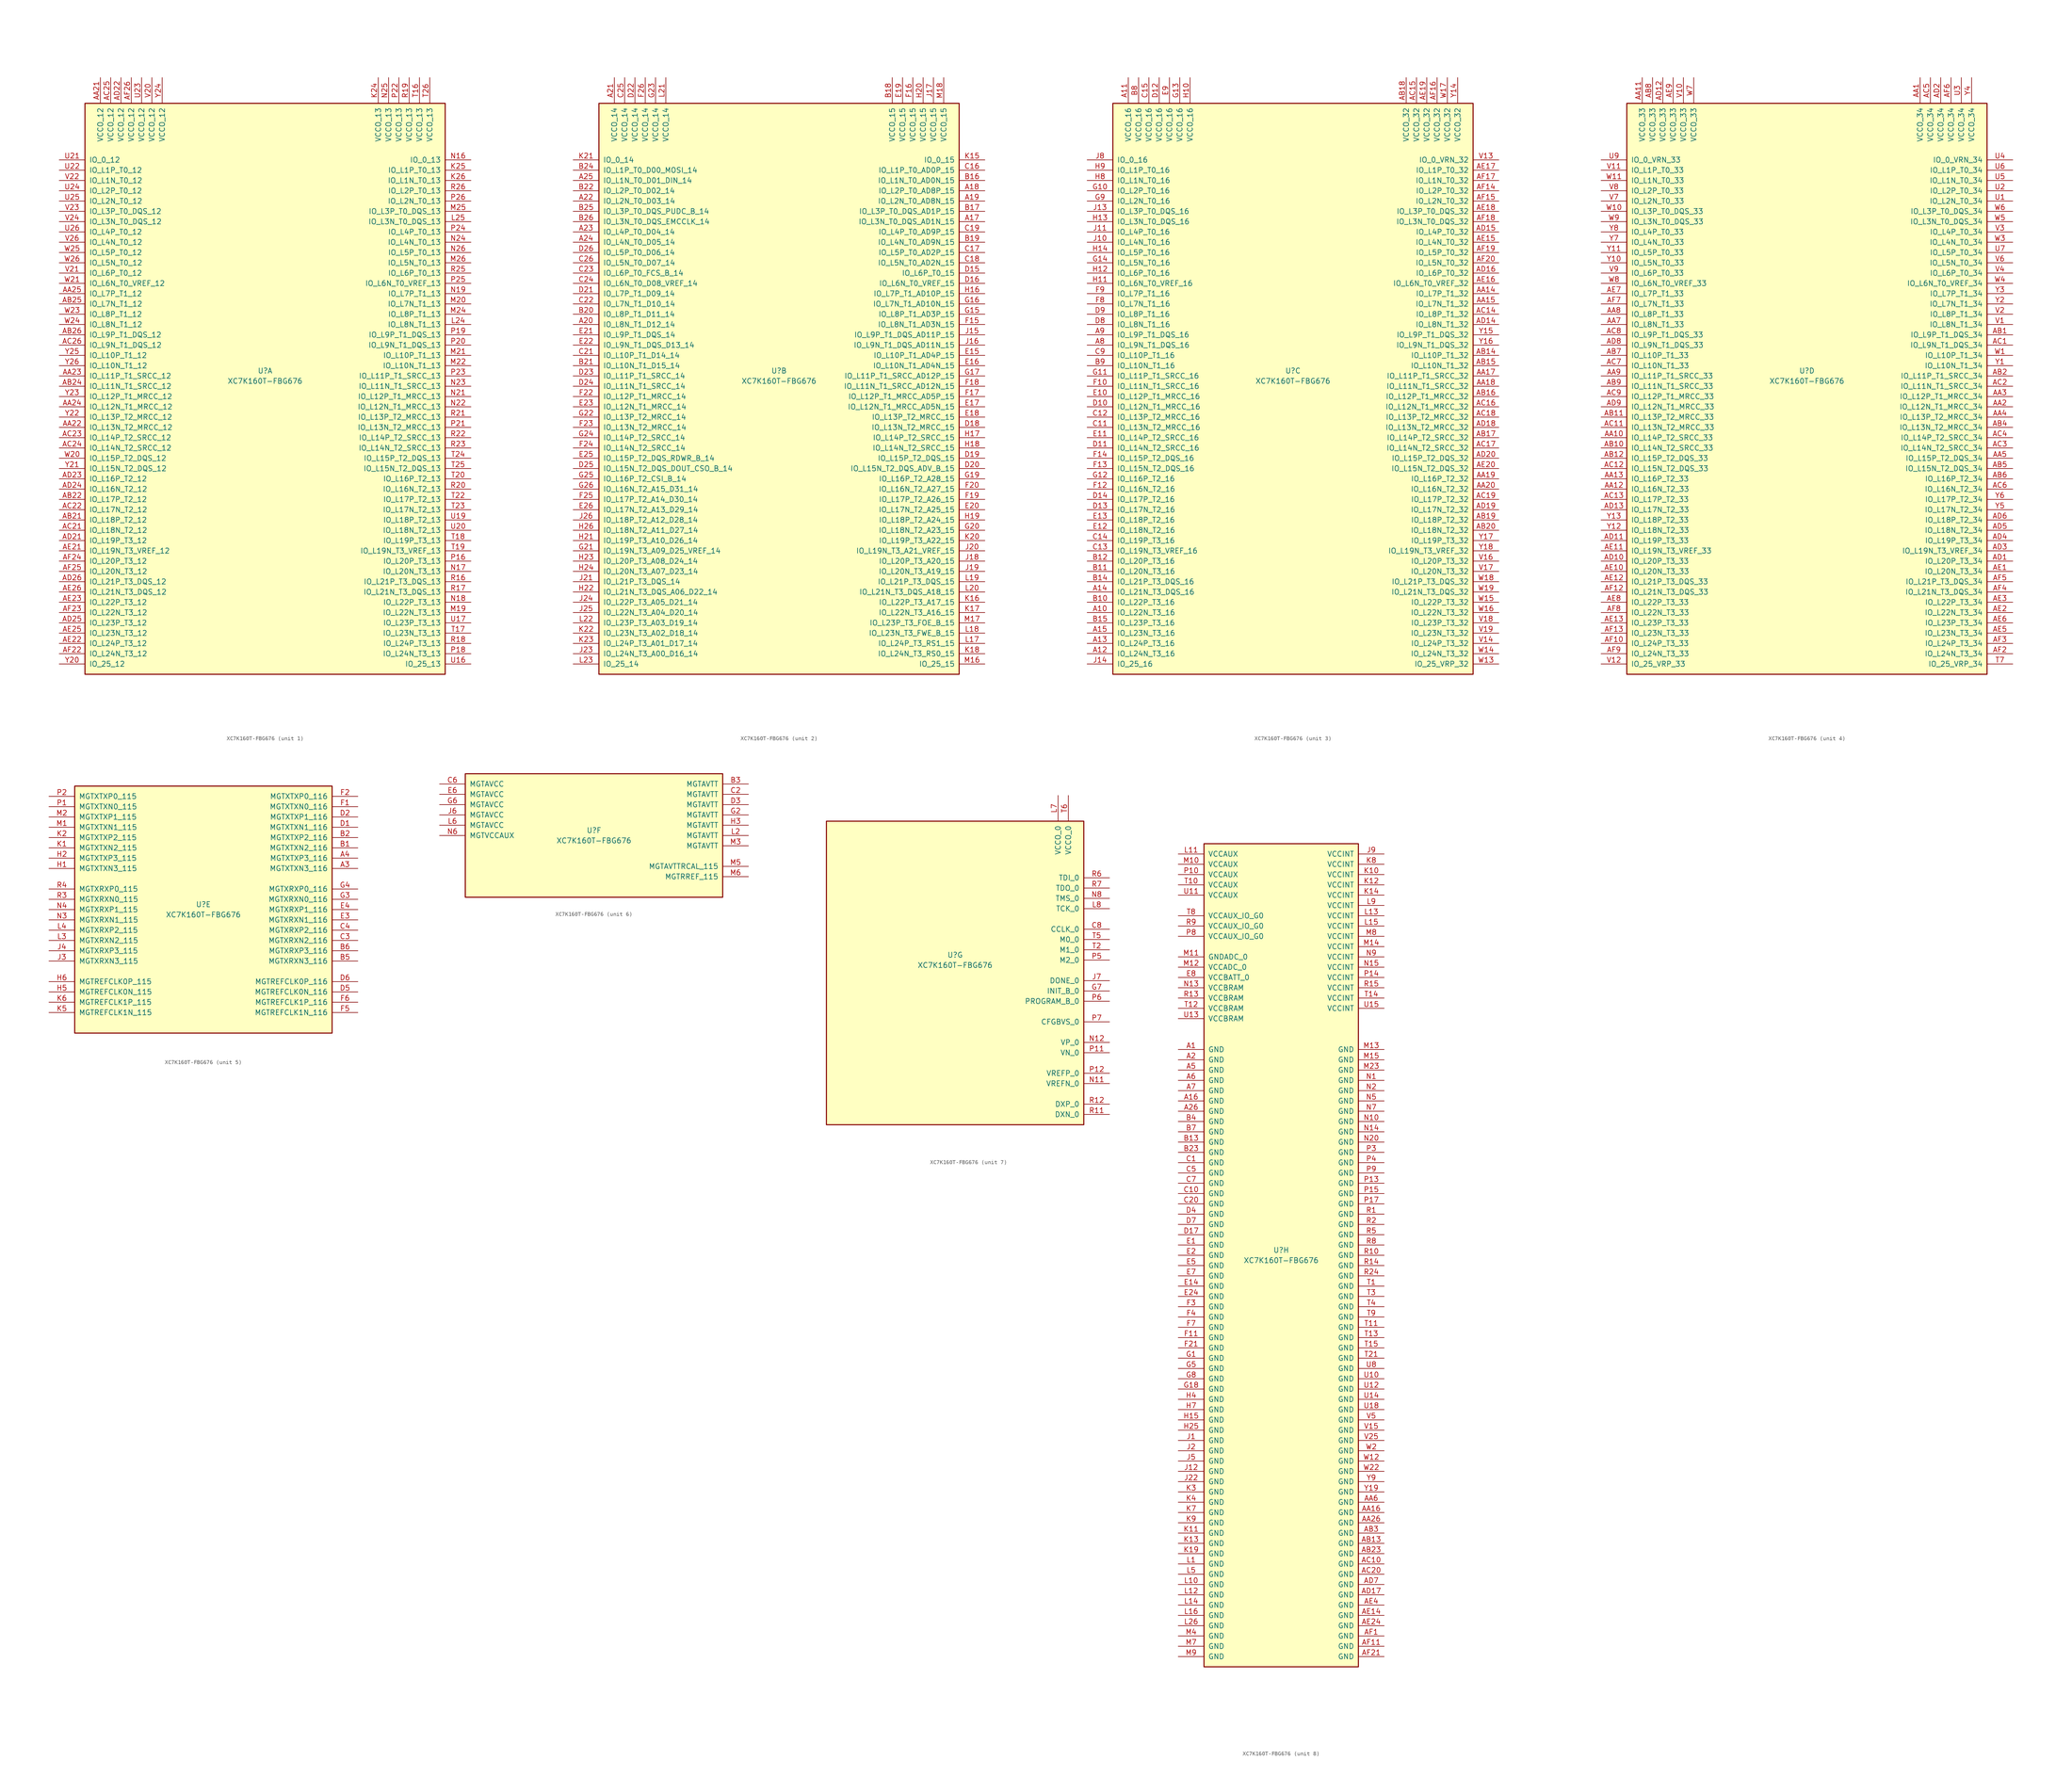
<source format=kicad_sym>
(kicad_symbol_lib
  (version 20201005)
  (generator kicad_symbol_editor)
  (symbol "XC7K160T-FBG676"
    (pin_names
      (offset 1.016))
    (property "Reference" "U"
      (at 0 1.27 0)
      (effects (font (size 1.27 1.27))))
    (property "Value" "XC7K160T-FBG676"
      (at 0 -1.27 0)
      (effects (font (size 1.27 1.27))))
    (property "Datasheet" ""
      (at 0 0 0)
      (effects (font (size 1.27 1.27))))
    (property "ki_locked" ""
      (at 0 0 0)
      (effects (font (size 1.27 1.27))))
    (symbol "XC7K160T-FBG676_1_1"
      (rectangle (start -44.45 67.31) (end 44.45 -73.66) (stroke (width 0.254)) (fill (type background)))
      (pin power_in line (at -40.64 73.66 270) (length 6.35) (name "VCCO_12" (effects (font (size 1.27 1.27)))) (number "AA21" (effects (font (size 1.27 1.27)))))
      (pin power_in line (at -38.1 73.66 270) (length 6.35) (name "VCCO_12" (effects (font (size 1.27 1.27)))) (number "AC25" (effects (font (size 1.27 1.27)))))
      (pin power_in line (at -35.56 73.66 270) (length 6.35) (name "VCCO_12" (effects (font (size 1.27 1.27)))) (number "AD22" (effects (font (size 1.27 1.27)))))
      (pin power_in line (at -33.02 73.66 270) (length 6.35) (name "VCCO_12" (effects (font (size 1.27 1.27)))) (number "AF26" (effects (font (size 1.27 1.27)))))
      (pin power_in line (at -30.48 73.66 270) (length 6.35) (name "VCCO_12" (effects (font (size 1.27 1.27)))) (number "U23" (effects (font (size 1.27 1.27)))))
      (pin power_in line (at -27.94 73.66 270) (length 6.35) (name "VCCO_12" (effects (font (size 1.27 1.27)))) (number "V20" (effects (font (size 1.27 1.27)))))
      (pin power_in line (at -25.4 73.66 270) (length 6.35) (name "VCCO_12" (effects (font (size 1.27 1.27)))) (number "Y24" (effects (font (size 1.27 1.27)))))
      (pin bidirectional line (at -50.8 53.34 0) (length 6.35) (name "IO_0_12" (effects (font (size 1.27 1.27)))) (number "U21" (effects (font (size 1.27 1.27)))))
      (pin bidirectional line (at -50.8 50.8 0) (length 6.35) (name "IO_L1P_T0_12" (effects (font (size 1.27 1.27)))) (number "U22" (effects (font (size 1.27 1.27)))))
      (pin bidirectional line (at -50.8 48.26 0) (length 6.35) (name "IO_L1N_T0_12" (effects (font (size 1.27 1.27)))) (number "V22" (effects (font (size 1.27 1.27)))))
      (pin bidirectional line (at -50.8 45.72 0) (length 6.35) (name "IO_L2P_T0_12" (effects (font (size 1.27 1.27)))) (number "U24" (effects (font (size 1.27 1.27)))))
      (pin bidirectional line (at -50.8 43.18 0) (length 6.35) (name "IO_L2N_T0_12" (effects (font (size 1.27 1.27)))) (number "U25" (effects (font (size 1.27 1.27)))))
      (pin bidirectional line (at -50.8 40.64 0) (length 6.35) (name "IO_L3P_T0_DQS_12" (effects (font (size 1.27 1.27)))) (number "V23" (effects (font (size 1.27 1.27)))))
      (pin bidirectional line (at -50.8 38.1 0) (length 6.35) (name "IO_L3N_T0_DQS_12" (effects (font (size 1.27 1.27)))) (number "V24" (effects (font (size 1.27 1.27)))))
      (pin bidirectional line (at -50.8 35.56 0) (length 6.35) (name "IO_L4P_T0_12" (effects (font (size 1.27 1.27)))) (number "U26" (effects (font (size 1.27 1.27)))))
      (pin bidirectional line (at -50.8 33.02 0) (length 6.35) (name "IO_L4N_T0_12" (effects (font (size 1.27 1.27)))) (number "V26" (effects (font (size 1.27 1.27)))))
      (pin bidirectional line (at -50.8 30.48 0) (length 6.35) (name "IO_L5P_T0_12" (effects (font (size 1.27 1.27)))) (number "W25" (effects (font (size 1.27 1.27)))))
      (pin bidirectional line (at -50.8 27.94 0) (length 6.35) (name "IO_L5N_T0_12" (effects (font (size 1.27 1.27)))) (number "W26" (effects (font (size 1.27 1.27)))))
      (pin bidirectional line (at -50.8 25.4 0) (length 6.35) (name "IO_L6P_T0_12" (effects (font (size 1.27 1.27)))) (number "V21" (effects (font (size 1.27 1.27)))))
      (pin bidirectional line (at -50.8 22.86 0) (length 6.35) (name "IO_L6N_T0_VREF_12" (effects (font (size 1.27 1.27)))) (number "W21" (effects (font (size 1.27 1.27)))))
      (pin bidirectional line (at -50.8 20.32 0) (length 6.35) (name "IO_L7P_T1_12" (effects (font (size 1.27 1.27)))) (number "AA25" (effects (font (size 1.27 1.27)))))
      (pin bidirectional line (at -50.8 17.78 0) (length 6.35) (name "IO_L7N_T1_12" (effects (font (size 1.27 1.27)))) (number "AB25" (effects (font (size 1.27 1.27)))))
      (pin bidirectional line (at -50.8 15.24 0) (length 6.35) (name "IO_L8P_T1_12" (effects (font (size 1.27 1.27)))) (number "W23" (effects (font (size 1.27 1.27)))))
      (pin bidirectional line (at -50.8 12.7 0) (length 6.35) (name "IO_L8N_T1_12" (effects (font (size 1.27 1.27)))) (number "W24" (effects (font (size 1.27 1.27)))))
      (pin bidirectional line (at -50.8 10.16 0) (length 6.35) (name "IO_L9P_T1_DQS_12" (effects (font (size 1.27 1.27)))) (number "AB26" (effects (font (size 1.27 1.27)))))
      (pin bidirectional line (at -50.8 7.62 0) (length 6.35) (name "IO_L9N_T1_DQS_12" (effects (font (size 1.27 1.27)))) (number "AC26" (effects (font (size 1.27 1.27)))))
      (pin bidirectional line (at -50.8 5.08 0) (length 6.35) (name "IO_L10P_T1_12" (effects (font (size 1.27 1.27)))) (number "Y25" (effects (font (size 1.27 1.27)))))
      (pin bidirectional line (at -50.8 2.54 0) (length 6.35) (name "IO_L10N_T1_12" (effects (font (size 1.27 1.27)))) (number "Y26" (effects (font (size 1.27 1.27)))))
      (pin bidirectional line (at -50.8 0 0) (length 6.35) (name "IO_L11P_T1_SRCC_12" (effects (font (size 1.27 1.27)))) (number "AA23" (effects (font (size 1.27 1.27)))))
      (pin bidirectional line (at -50.8 -2.54 0) (length 6.35) (name "IO_L11N_T1_SRCC_12" (effects (font (size 1.27 1.27)))) (number "AB24" (effects (font (size 1.27 1.27)))))
      (pin bidirectional line (at -50.8 -5.08 0) (length 6.35) (name "IO_L12P_T1_MRCC_12" (effects (font (size 1.27 1.27)))) (number "Y23" (effects (font (size 1.27 1.27)))))
      (pin bidirectional line (at -50.8 -7.62 0) (length 6.35) (name "IO_L12N_T1_MRCC_12" (effects (font (size 1.27 1.27)))) (number "AA24" (effects (font (size 1.27 1.27)))))
      (pin bidirectional line (at -50.8 -10.16 0) (length 6.35) (name "IO_L13P_T2_MRCC_12" (effects (font (size 1.27 1.27)))) (number "Y22" (effects (font (size 1.27 1.27)))))
      (pin bidirectional line (at -50.8 -12.7 0) (length 6.35) (name "IO_L13N_T2_MRCC_12" (effects (font (size 1.27 1.27)))) (number "AA22" (effects (font (size 1.27 1.27)))))
      (pin bidirectional line (at -50.8 -15.24 0) (length 6.35) (name "IO_L14P_T2_SRCC_12" (effects (font (size 1.27 1.27)))) (number "AC23" (effects (font (size 1.27 1.27)))))
      (pin bidirectional line (at -50.8 -17.78 0) (length 6.35) (name "IO_L14N_T2_SRCC_12" (effects (font (size 1.27 1.27)))) (number "AC24" (effects (font (size 1.27 1.27)))))
      (pin bidirectional line (at -50.8 -20.32 0) (length 6.35) (name "IO_L15P_T2_DQS_12" (effects (font (size 1.27 1.27)))) (number "W20" (effects (font (size 1.27 1.27)))))
      (pin bidirectional line (at -50.8 -22.86 0) (length 6.35) (name "IO_L15N_T2_DQS_12" (effects (font (size 1.27 1.27)))) (number "Y21" (effects (font (size 1.27 1.27)))))
      (pin bidirectional line (at -50.8 -25.4 0) (length 6.35) (name "IO_L16P_T2_12" (effects (font (size 1.27 1.27)))) (number "AD23" (effects (font (size 1.27 1.27)))))
      (pin bidirectional line (at -50.8 -27.94 0) (length 6.35) (name "IO_L16N_T2_12" (effects (font (size 1.27 1.27)))) (number "AD24" (effects (font (size 1.27 1.27)))))
      (pin bidirectional line (at -50.8 -30.48 0) (length 6.35) (name "IO_L17P_T2_12" (effects (font (size 1.27 1.27)))) (number "AB22" (effects (font (size 1.27 1.27)))))
      (pin bidirectional line (at -50.8 -33.02 0) (length 6.35) (name "IO_L17N_T2_12" (effects (font (size 1.27 1.27)))) (number "AC22" (effects (font (size 1.27 1.27)))))
      (pin bidirectional line (at -50.8 -35.56 0) (length 6.35) (name "IO_L18P_T2_12" (effects (font (size 1.27 1.27)))) (number "AB21" (effects (font (size 1.27 1.27)))))
      (pin bidirectional line (at -50.8 -38.1 0) (length 6.35) (name "IO_L18N_T2_12" (effects (font (size 1.27 1.27)))) (number "AC21" (effects (font (size 1.27 1.27)))))
      (pin bidirectional line (at -50.8 -40.64 0) (length 6.35) (name "IO_L19P_T3_12" (effects (font (size 1.27 1.27)))) (number "AD21" (effects (font (size 1.27 1.27)))))
      (pin bidirectional line (at -50.8 -43.18 0) (length 6.35) (name "IO_L19N_T3_VREF_12" (effects (font (size 1.27 1.27)))) (number "AE21" (effects (font (size 1.27 1.27)))))
      (pin bidirectional line (at -50.8 -45.72 0) (length 6.35) (name "IO_L20P_T3_12" (effects (font (size 1.27 1.27)))) (number "AF24" (effects (font (size 1.27 1.27)))))
      (pin bidirectional line (at -50.8 -48.26 0) (length 6.35) (name "IO_L20N_T3_12" (effects (font (size 1.27 1.27)))) (number "AF25" (effects (font (size 1.27 1.27)))))
      (pin bidirectional line (at -50.8 -50.8 0) (length 6.35) (name "IO_L21P_T3_DQS_12" (effects (font (size 1.27 1.27)))) (number "AD26" (effects (font (size 1.27 1.27)))))
      (pin bidirectional line (at -50.8 -53.34 0) (length 6.35) (name "IO_L21N_T3_DQS_12" (effects (font (size 1.27 1.27)))) (number "AE26" (effects (font (size 1.27 1.27)))))
      (pin bidirectional line (at -50.8 -55.88 0) (length 6.35) (name "IO_L22P_T3_12" (effects (font (size 1.27 1.27)))) (number "AE23" (effects (font (size 1.27 1.27)))))
      (pin bidirectional line (at -50.8 -58.42 0) (length 6.35) (name "IO_L22N_T3_12" (effects (font (size 1.27 1.27)))) (number "AF23" (effects (font (size 1.27 1.27)))))
      (pin bidirectional line (at -50.8 -60.96 0) (length 6.35) (name "IO_L23P_T3_12" (effects (font (size 1.27 1.27)))) (number "AD25" (effects (font (size 1.27 1.27)))))
      (pin bidirectional line (at -50.8 -63.5 0) (length 6.35) (name "IO_L23N_T3_12" (effects (font (size 1.27 1.27)))) (number "AE25" (effects (font (size 1.27 1.27)))))
      (pin bidirectional line (at -50.8 -66.04 0) (length 6.35) (name "IO_L24P_T3_12" (effects (font (size 1.27 1.27)))) (number "AE22" (effects (font (size 1.27 1.27)))))
      (pin bidirectional line (at -50.8 -68.58 0) (length 6.35) (name "IO_L24N_T3_12" (effects (font (size 1.27 1.27)))) (number "AF22" (effects (font (size 1.27 1.27)))))
      (pin bidirectional line (at -50.8 -71.12 0) (length 6.35) (name "IO_25_12" (effects (font (size 1.27 1.27)))) (number "Y20" (effects (font (size 1.27 1.27)))))
      (pin power_in line (at 27.94 73.66 270) (length 6.35) (name "VCCO_13" (effects (font (size 1.27 1.27)))) (number "K24" (effects (font (size 1.27 1.27)))))
      (pin power_in line (at 30.48 73.66 270) (length 6.35) (name "VCCO_13" (effects (font (size 1.27 1.27)))) (number "N25" (effects (font (size 1.27 1.27)))))
      (pin power_in line (at 33.02 73.66 270) (length 6.35) (name "VCCO_13" (effects (font (size 1.27 1.27)))) (number "P22" (effects (font (size 1.27 1.27)))))
      (pin power_in line (at 35.56 73.66 270) (length 6.35) (name "VCCO_13" (effects (font (size 1.27 1.27)))) (number "R19" (effects (font (size 1.27 1.27)))))
      (pin power_in line (at 38.1 73.66 270) (length 6.35) (name "VCCO_13" (effects (font (size 1.27 1.27)))) (number "T16" (effects (font (size 1.27 1.27)))))
      (pin power_in line (at 40.64 73.66 270) (length 6.35) (name "VCCO_13" (effects (font (size 1.27 1.27)))) (number "T26" (effects (font (size 1.27 1.27)))))
      (pin bidirectional line (at 50.8 53.34 180) (length 6.35) (name "IO_0_13" (effects (font (size 1.27 1.27)))) (number "N16" (effects (font (size 1.27 1.27)))))
      (pin bidirectional line (at 50.8 50.8 180) (length 6.35) (name "IO_L1P_T0_13" (effects (font (size 1.27 1.27)))) (number "K25" (effects (font (size 1.27 1.27)))))
      (pin bidirectional line (at 50.8 48.26 180) (length 6.35) (name "IO_L1N_T0_13" (effects (font (size 1.27 1.27)))) (number "K26" (effects (font (size 1.27 1.27)))))
      (pin bidirectional line (at 50.8 45.72 180) (length 6.35) (name "IO_L2P_T0_13" (effects (font (size 1.27 1.27)))) (number "R26" (effects (font (size 1.27 1.27)))))
      (pin bidirectional line (at 50.8 43.18 180) (length 6.35) (name "IO_L2N_T0_13" (effects (font (size 1.27 1.27)))) (number "P26" (effects (font (size 1.27 1.27)))))
      (pin bidirectional line (at 50.8 40.64 180) (length 6.35) (name "IO_L3P_T0_DQS_13" (effects (font (size 1.27 1.27)))) (number "M25" (effects (font (size 1.27 1.27)))))
      (pin bidirectional line (at 50.8 38.1 180) (length 6.35) (name "IO_L3N_T0_DQS_13" (effects (font (size 1.27 1.27)))) (number "L25" (effects (font (size 1.27 1.27)))))
      (pin bidirectional line (at 50.8 35.56 180) (length 6.35) (name "IO_L4P_T0_13" (effects (font (size 1.27 1.27)))) (number "P24" (effects (font (size 1.27 1.27)))))
      (pin bidirectional line (at 50.8 33.02 180) (length 6.35) (name "IO_L4N_T0_13" (effects (font (size 1.27 1.27)))) (number "N24" (effects (font (size 1.27 1.27)))))
      (pin bidirectional line (at 50.8 30.48 180) (length 6.35) (name "IO_L5P_T0_13" (effects (font (size 1.27 1.27)))) (number "N26" (effects (font (size 1.27 1.27)))))
      (pin bidirectional line (at 50.8 27.94 180) (length 6.35) (name "IO_L5N_T0_13" (effects (font (size 1.27 1.27)))) (number "M26" (effects (font (size 1.27 1.27)))))
      (pin bidirectional line (at 50.8 25.4 180) (length 6.35) (name "IO_L6P_T0_13" (effects (font (size 1.27 1.27)))) (number "R25" (effects (font (size 1.27 1.27)))))
      (pin bidirectional line (at 50.8 22.86 180) (length 6.35) (name "IO_L6N_T0_VREF_13" (effects (font (size 1.27 1.27)))) (number "P25" (effects (font (size 1.27 1.27)))))
      (pin bidirectional line (at 50.8 20.32 180) (length 6.35) (name "IO_L7P_T1_13" (effects (font (size 1.27 1.27)))) (number "N19" (effects (font (size 1.27 1.27)))))
      (pin bidirectional line (at 50.8 17.78 180) (length 6.35) (name "IO_L7N_T1_13" (effects (font (size 1.27 1.27)))) (number "M20" (effects (font (size 1.27 1.27)))))
      (pin bidirectional line (at 50.8 15.24 180) (length 6.35) (name "IO_L8P_T1_13" (effects (font (size 1.27 1.27)))) (number "M24" (effects (font (size 1.27 1.27)))))
      (pin bidirectional line (at 50.8 12.7 180) (length 6.35) (name "IO_L8N_T1_13" (effects (font (size 1.27 1.27)))) (number "L24" (effects (font (size 1.27 1.27)))))
      (pin bidirectional line (at 50.8 10.16 180) (length 6.35) (name "IO_L9P_T1_DQS_13" (effects (font (size 1.27 1.27)))) (number "P19" (effects (font (size 1.27 1.27)))))
      (pin bidirectional line (at 50.8 7.62 180) (length 6.35) (name "IO_L9N_T1_DQS_13" (effects (font (size 1.27 1.27)))) (number "P20" (effects (font (size 1.27 1.27)))))
      (pin bidirectional line (at 50.8 5.08 180) (length 6.35) (name "IO_L10P_T1_13" (effects (font (size 1.27 1.27)))) (number "M21" (effects (font (size 1.27 1.27)))))
      (pin bidirectional line (at 50.8 2.54 180) (length 6.35) (name "IO_L10N_T1_13" (effects (font (size 1.27 1.27)))) (number "M22" (effects (font (size 1.27 1.27)))))
      (pin bidirectional line (at 50.8 0 180) (length 6.35) (name "IO_L11P_T1_SRCC_13" (effects (font (size 1.27 1.27)))) (number "P23" (effects (font (size 1.27 1.27)))))
      (pin bidirectional line (at 50.8 -2.54 180) (length 6.35) (name "IO_L11N_T1_SRCC_13" (effects (font (size 1.27 1.27)))) (number "N23" (effects (font (size 1.27 1.27)))))
      (pin bidirectional line (at 50.8 -5.08 180) (length 6.35) (name "IO_L12P_T1_MRCC_13" (effects (font (size 1.27 1.27)))) (number "N21" (effects (font (size 1.27 1.27)))))
      (pin bidirectional line (at 50.8 -7.62 180) (length 6.35) (name "IO_L12N_T1_MRCC_13" (effects (font (size 1.27 1.27)))) (number "N22" (effects (font (size 1.27 1.27)))))
      (pin bidirectional line (at 50.8 -10.16 180) (length 6.35) (name "IO_L13P_T2_MRCC_13" (effects (font (size 1.27 1.27)))) (number "R21" (effects (font (size 1.27 1.27)))))
      (pin bidirectional line (at 50.8 -12.7 180) (length 6.35) (name "IO_L13N_T2_MRCC_13" (effects (font (size 1.27 1.27)))) (number "P21" (effects (font (size 1.27 1.27)))))
      (pin bidirectional line (at 50.8 -15.24 180) (length 6.35) (name "IO_L14P_T2_SRCC_13" (effects (font (size 1.27 1.27)))) (number "R22" (effects (font (size 1.27 1.27)))))
      (pin bidirectional line (at 50.8 -17.78 180) (length 6.35) (name "IO_L14N_T2_SRCC_13" (effects (font (size 1.27 1.27)))) (number "R23" (effects (font (size 1.27 1.27)))))
      (pin bidirectional line (at 50.8 -20.32 180) (length 6.35) (name "IO_L15P_T2_DQS_13" (effects (font (size 1.27 1.27)))) (number "T24" (effects (font (size 1.27 1.27)))))
      (pin bidirectional line (at 50.8 -22.86 180) (length 6.35) (name "IO_L15N_T2_DQS_13" (effects (font (size 1.27 1.27)))) (number "T25" (effects (font (size 1.27 1.27)))))
      (pin bidirectional line (at 50.8 -25.4 180) (length 6.35) (name "IO_L16P_T2_13" (effects (font (size 1.27 1.27)))) (number "T20" (effects (font (size 1.27 1.27)))))
      (pin bidirectional line (at 50.8 -27.94 180) (length 6.35) (name "IO_L16N_T2_13" (effects (font (size 1.27 1.27)))) (number "R20" (effects (font (size 1.27 1.27)))))
      (pin bidirectional line (at 50.8 -30.48 180) (length 6.35) (name "IO_L17P_T2_13" (effects (font (size 1.27 1.27)))) (number "T22" (effects (font (size 1.27 1.27)))))
      (pin bidirectional line (at 50.8 -33.02 180) (length 6.35) (name "IO_L17N_T2_13" (effects (font (size 1.27 1.27)))) (number "T23" (effects (font (size 1.27 1.27)))))
      (pin bidirectional line (at 50.8 -35.56 180) (length 6.35) (name "IO_L18P_T2_13" (effects (font (size 1.27 1.27)))) (number "U19" (effects (font (size 1.27 1.27)))))
      (pin bidirectional line (at 50.8 -38.1 180) (length 6.35) (name "IO_L18N_T2_13" (effects (font (size 1.27 1.27)))) (number "U20" (effects (font (size 1.27 1.27)))))
      (pin bidirectional line (at 50.8 -40.64 180) (length 6.35) (name "IO_L19P_T3_13" (effects (font (size 1.27 1.27)))) (number "T18" (effects (font (size 1.27 1.27)))))
      (pin bidirectional line (at 50.8 -43.18 180) (length 6.35) (name "IO_L19N_T3_VREF_13" (effects (font (size 1.27 1.27)))) (number "T19" (effects (font (size 1.27 1.27)))))
      (pin bidirectional line (at 50.8 -45.72 180) (length 6.35) (name "IO_L20P_T3_13" (effects (font (size 1.27 1.27)))) (number "P16" (effects (font (size 1.27 1.27)))))
      (pin bidirectional line (at 50.8 -48.26 180) (length 6.35) (name "IO_L20N_T3_13" (effects (font (size 1.27 1.27)))) (number "N17" (effects (font (size 1.27 1.27)))))
      (pin bidirectional line (at 50.8 -50.8 180) (length 6.35) (name "IO_L21P_T3_DQS_13" (effects (font (size 1.27 1.27)))) (number "R16" (effects (font (size 1.27 1.27)))))
      (pin bidirectional line (at 50.8 -53.34 180) (length 6.35) (name "IO_L21N_T3_DQS_13" (effects (font (size 1.27 1.27)))) (number "R17" (effects (font (size 1.27 1.27)))))
      (pin bidirectional line (at 50.8 -55.88 180) (length 6.35) (name "IO_L22P_T3_13" (effects (font (size 1.27 1.27)))) (number "N18" (effects (font (size 1.27 1.27)))))
      (pin bidirectional line (at 50.8 -58.42 180) (length 6.35) (name "IO_L22N_T3_13" (effects (font (size 1.27 1.27)))) (number "M19" (effects (font (size 1.27 1.27)))))
      (pin bidirectional line (at 50.8 -60.96 180) (length 6.35) (name "IO_L23P_T3_13" (effects (font (size 1.27 1.27)))) (number "U17" (effects (font (size 1.27 1.27)))))
      (pin bidirectional line (at 50.8 -63.5 180) (length 6.35) (name "IO_L23N_T3_13" (effects (font (size 1.27 1.27)))) (number "T17" (effects (font (size 1.27 1.27)))))
      (pin bidirectional line (at 50.8 -66.04 180) (length 6.35) (name "IO_L24P_T3_13" (effects (font (size 1.27 1.27)))) (number "R18" (effects (font (size 1.27 1.27)))))
      (pin bidirectional line (at 50.8 -68.58 180) (length 6.35) (name "IO_L24N_T3_13" (effects (font (size 1.27 1.27)))) (number "P18" (effects (font (size 1.27 1.27)))))
      (pin bidirectional line (at 50.8 -71.12 180) (length 6.35) (name "IO_25_13" (effects (font (size 1.27 1.27)))) (number "U16" (effects (font (size 1.27 1.27))))))
    (symbol "XC7K160T-FBG676_2_1"
      (rectangle (start -44.45 67.31) (end 44.45 -73.66) (stroke (width 0.254)) (fill (type background)))
      (pin power_in line (at -40.64 73.66 270) (length 6.35) (name "VCCO_14" (effects (font (size 1.27 1.27)))) (number "A21" (effects (font (size 1.27 1.27)))))
      (pin power_in line (at -38.1 73.66 270) (length 6.35) (name "VCCO_14" (effects (font (size 1.27 1.27)))) (number "C25" (effects (font (size 1.27 1.27)))))
      (pin power_in line (at -35.56 73.66 270) (length 6.35) (name "VCCO_14" (effects (font (size 1.27 1.27)))) (number "D22" (effects (font (size 1.27 1.27)))))
      (pin power_in line (at -33.02 73.66 270) (length 6.35) (name "VCCO_14" (effects (font (size 1.27 1.27)))) (number "F26" (effects (font (size 1.27 1.27)))))
      (pin power_in line (at -30.48 73.66 270) (length 6.35) (name "VCCO_14" (effects (font (size 1.27 1.27)))) (number "G23" (effects (font (size 1.27 1.27)))))
      (pin power_in line (at -27.94 73.66 270) (length 6.35) (name "VCCO_14" (effects (font (size 1.27 1.27)))) (number "L21" (effects (font (size 1.27 1.27)))))
      (pin bidirectional line (at -50.8 53.34 0) (length 6.35) (name "IO_0_14" (effects (font (size 1.27 1.27)))) (number "K21" (effects (font (size 1.27 1.27)))))
      (pin bidirectional line (at -50.8 50.8 0) (length 6.35) (name "IO_L1P_T0_D00_MOSI_14" (effects (font (size 1.27 1.27)))) (number "B24" (effects (font (size 1.27 1.27)))))
      (pin bidirectional line (at -50.8 48.26 0) (length 6.35) (name "IO_L1N_T0_D01_DIN_14" (effects (font (size 1.27 1.27)))) (number "A25" (effects (font (size 1.27 1.27)))))
      (pin bidirectional line (at -50.8 45.72 0) (length 6.35) (name "IO_L2P_T0_D02_14" (effects (font (size 1.27 1.27)))) (number "B22" (effects (font (size 1.27 1.27)))))
      (pin bidirectional line (at -50.8 43.18 0) (length 6.35) (name "IO_L2N_T0_D03_14" (effects (font (size 1.27 1.27)))) (number "A22" (effects (font (size 1.27 1.27)))))
      (pin bidirectional line (at -50.8 40.64 0) (length 6.35) (name "IO_L3P_T0_DQS_PUDC_B_14" (effects (font (size 1.27 1.27)))) (number "B25" (effects (font (size 1.27 1.27)))))
      (pin bidirectional line (at -50.8 38.1 0) (length 6.35) (name "IO_L3N_T0_DQS_EMCCLK_14" (effects (font (size 1.27 1.27)))) (number "B26" (effects (font (size 1.27 1.27)))))
      (pin bidirectional line (at -50.8 35.56 0) (length 6.35) (name "IO_L4P_T0_D04_14" (effects (font (size 1.27 1.27)))) (number "A23" (effects (font (size 1.27 1.27)))))
      (pin bidirectional line (at -50.8 33.02 0) (length 6.35) (name "IO_L4N_T0_D05_14" (effects (font (size 1.27 1.27)))) (number "A24" (effects (font (size 1.27 1.27)))))
      (pin bidirectional line (at -50.8 30.48 0) (length 6.35) (name "IO_L5P_T0_D06_14" (effects (font (size 1.27 1.27)))) (number "D26" (effects (font (size 1.27 1.27)))))
      (pin bidirectional line (at -50.8 27.94 0) (length 6.35) (name "IO_L5N_T0_D07_14" (effects (font (size 1.27 1.27)))) (number "C26" (effects (font (size 1.27 1.27)))))
      (pin bidirectional line (at -50.8 25.4 0) (length 6.35) (name "IO_L6P_T0_FCS_B_14" (effects (font (size 1.27 1.27)))) (number "C23" (effects (font (size 1.27 1.27)))))
      (pin bidirectional line (at -50.8 22.86 0) (length 6.35) (name "IO_L6N_T0_D08_VREF_14" (effects (font (size 1.27 1.27)))) (number "C24" (effects (font (size 1.27 1.27)))))
      (pin bidirectional line (at -50.8 20.32 0) (length 6.35) (name "IO_L7P_T1_D09_14" (effects (font (size 1.27 1.27)))) (number "D21" (effects (font (size 1.27 1.27)))))
      (pin bidirectional line (at -50.8 17.78 0) (length 6.35) (name "IO_L7N_T1_D10_14" (effects (font (size 1.27 1.27)))) (number "C22" (effects (font (size 1.27 1.27)))))
      (pin bidirectional line (at -50.8 15.24 0) (length 6.35) (name "IO_L8P_T1_D11_14" (effects (font (size 1.27 1.27)))) (number "B20" (effects (font (size 1.27 1.27)))))
      (pin bidirectional line (at -50.8 12.7 0) (length 6.35) (name "IO_L8N_T1_D12_14" (effects (font (size 1.27 1.27)))) (number "A20" (effects (font (size 1.27 1.27)))))
      (pin bidirectional line (at -50.8 10.16 0) (length 6.35) (name "IO_L9P_T1_DQS_14" (effects (font (size 1.27 1.27)))) (number "E21" (effects (font (size 1.27 1.27)))))
      (pin bidirectional line (at -50.8 7.62 0) (length 6.35) (name "IO_L9N_T1_DQS_D13_14" (effects (font (size 1.27 1.27)))) (number "E22" (effects (font (size 1.27 1.27)))))
      (pin bidirectional line (at -50.8 5.08 0) (length 6.35) (name "IO_L10P_T1_D14_14" (effects (font (size 1.27 1.27)))) (number "C21" (effects (font (size 1.27 1.27)))))
      (pin bidirectional line (at -50.8 2.54 0) (length 6.35) (name "IO_L10N_T1_D15_14" (effects (font (size 1.27 1.27)))) (number "B21" (effects (font (size 1.27 1.27)))))
      (pin bidirectional line (at -50.8 0 0) (length 6.35) (name "IO_L11P_T1_SRCC_14" (effects (font (size 1.27 1.27)))) (number "D23" (effects (font (size 1.27 1.27)))))
      (pin bidirectional line (at -50.8 -2.54 0) (length 6.35) (name "IO_L11N_T1_SRCC_14" (effects (font (size 1.27 1.27)))) (number "D24" (effects (font (size 1.27 1.27)))))
      (pin bidirectional line (at -50.8 -5.08 0) (length 6.35) (name "IO_L12P_T1_MRCC_14" (effects (font (size 1.27 1.27)))) (number "F22" (effects (font (size 1.27 1.27)))))
      (pin bidirectional line (at -50.8 -7.62 0) (length 6.35) (name "IO_L12N_T1_MRCC_14" (effects (font (size 1.27 1.27)))) (number "E23" (effects (font (size 1.27 1.27)))))
      (pin bidirectional line (at -50.8 -10.16 0) (length 6.35) (name "IO_L13P_T2_MRCC_14" (effects (font (size 1.27 1.27)))) (number "G22" (effects (font (size 1.27 1.27)))))
      (pin bidirectional line (at -50.8 -12.7 0) (length 6.35) (name "IO_L13N_T2_MRCC_14" (effects (font (size 1.27 1.27)))) (number "F23" (effects (font (size 1.27 1.27)))))
      (pin bidirectional line (at -50.8 -15.24 0) (length 6.35) (name "IO_L14P_T2_SRCC_14" (effects (font (size 1.27 1.27)))) (number "G24" (effects (font (size 1.27 1.27)))))
      (pin bidirectional line (at -50.8 -17.78 0) (length 6.35) (name "IO_L14N_T2_SRCC_14" (effects (font (size 1.27 1.27)))) (number "F24" (effects (font (size 1.27 1.27)))))
      (pin bidirectional line (at -50.8 -20.32 0) (length 6.35) (name "IO_L15P_T2_DQS_RDWR_B_14" (effects (font (size 1.27 1.27)))) (number "E25" (effects (font (size 1.27 1.27)))))
      (pin bidirectional line (at -50.8 -22.86 0) (length 6.35) (name "IO_L15N_T2_DQS_DOUT_CSO_B_14" (effects (font (size 1.27 1.27)))) (number "D25" (effects (font (size 1.27 1.27)))))
      (pin bidirectional line (at -50.8 -25.4 0) (length 6.35) (name "IO_L16P_T2_CSI_B_14" (effects (font (size 1.27 1.27)))) (number "G25" (effects (font (size 1.27 1.27)))))
      (pin bidirectional line (at -50.8 -27.94 0) (length 6.35) (name "IO_L16N_T2_A15_D31_14" (effects (font (size 1.27 1.27)))) (number "G26" (effects (font (size 1.27 1.27)))))
      (pin bidirectional line (at -50.8 -30.48 0) (length 6.35) (name "IO_L17P_T2_A14_D30_14" (effects (font (size 1.27 1.27)))) (number "F25" (effects (font (size 1.27 1.27)))))
      (pin bidirectional line (at -50.8 -33.02 0) (length 6.35) (name "IO_L17N_T2_A13_D29_14" (effects (font (size 1.27 1.27)))) (number "E26" (effects (font (size 1.27 1.27)))))
      (pin bidirectional line (at -50.8 -35.56 0) (length 6.35) (name "IO_L18P_T2_A12_D28_14" (effects (font (size 1.27 1.27)))) (number "J26" (effects (font (size 1.27 1.27)))))
      (pin bidirectional line (at -50.8 -38.1 0) (length 6.35) (name "IO_L18N_T2_A11_D27_14" (effects (font (size 1.27 1.27)))) (number "H26" (effects (font (size 1.27 1.27)))))
      (pin bidirectional line (at -50.8 -40.64 0) (length 6.35) (name "IO_L19P_T3_A10_D26_14" (effects (font (size 1.27 1.27)))) (number "H21" (effects (font (size 1.27 1.27)))))
      (pin bidirectional line (at -50.8 -43.18 0) (length 6.35) (name "IO_L19N_T3_A09_D25_VREF_14" (effects (font (size 1.27 1.27)))) (number "G21" (effects (font (size 1.27 1.27)))))
      (pin bidirectional line (at -50.8 -45.72 0) (length 6.35) (name "IO_L20P_T3_A08_D24_14" (effects (font (size 1.27 1.27)))) (number "H23" (effects (font (size 1.27 1.27)))))
      (pin bidirectional line (at -50.8 -48.26 0) (length 6.35) (name "IO_L20N_T3_A07_D23_14" (effects (font (size 1.27 1.27)))) (number "H24" (effects (font (size 1.27 1.27)))))
      (pin bidirectional line (at -50.8 -50.8 0) (length 6.35) (name "IO_L21P_T3_DQS_14" (effects (font (size 1.27 1.27)))) (number "J21" (effects (font (size 1.27 1.27)))))
      (pin bidirectional line (at -50.8 -53.34 0) (length 6.35) (name "IO_L21N_T3_DQS_A06_D22_14" (effects (font (size 1.27 1.27)))) (number "H22" (effects (font (size 1.27 1.27)))))
      (pin bidirectional line (at -50.8 -55.88 0) (length 6.35) (name "IO_L22P_T3_A05_D21_14" (effects (font (size 1.27 1.27)))) (number "J24" (effects (font (size 1.27 1.27)))))
      (pin bidirectional line (at -50.8 -58.42 0) (length 6.35) (name "IO_L22N_T3_A04_D20_14" (effects (font (size 1.27 1.27)))) (number "J25" (effects (font (size 1.27 1.27)))))
      (pin bidirectional line (at -50.8 -60.96 0) (length 6.35) (name "IO_L23P_T3_A03_D19_14" (effects (font (size 1.27 1.27)))) (number "L22" (effects (font (size 1.27 1.27)))))
      (pin bidirectional line (at -50.8 -63.5 0) (length 6.35) (name "IO_L23N_T3_A02_D18_14" (effects (font (size 1.27 1.27)))) (number "K22" (effects (font (size 1.27 1.27)))))
      (pin bidirectional line (at -50.8 -66.04 0) (length 6.35) (name "IO_L24P_T3_A01_D17_14" (effects (font (size 1.27 1.27)))) (number "K23" (effects (font (size 1.27 1.27)))))
      (pin bidirectional line (at -50.8 -68.58 0) (length 6.35) (name "IO_L24N_T3_A00_D16_14" (effects (font (size 1.27 1.27)))) (number "J23" (effects (font (size 1.27 1.27)))))
      (pin bidirectional line (at -50.8 -71.12 0) (length 6.35) (name "IO_25_14" (effects (font (size 1.27 1.27)))) (number "L23" (effects (font (size 1.27 1.27)))))
      (pin power_in line (at 27.94 73.66 270) (length 6.35) (name "VCCO_15" (effects (font (size 1.27 1.27)))) (number "B18" (effects (font (size 1.27 1.27)))))
      (pin power_in line (at 30.48 73.66 270) (length 6.35) (name "VCCO_15" (effects (font (size 1.27 1.27)))) (number "E19" (effects (font (size 1.27 1.27)))))
      (pin power_in line (at 33.02 73.66 270) (length 6.35) (name "VCCO_15" (effects (font (size 1.27 1.27)))) (number "F16" (effects (font (size 1.27 1.27)))))
      (pin power_in line (at 35.56 73.66 270) (length 6.35) (name "VCCO_15" (effects (font (size 1.27 1.27)))) (number "H20" (effects (font (size 1.27 1.27)))))
      (pin power_in line (at 38.1 73.66 270) (length 6.35) (name "VCCO_15" (effects (font (size 1.27 1.27)))) (number "J17" (effects (font (size 1.27 1.27)))))
      (pin power_in line (at 40.64 73.66 270) (length 6.35) (name "VCCO_15" (effects (font (size 1.27 1.27)))) (number "M18" (effects (font (size 1.27 1.27)))))
      (pin bidirectional line (at 50.8 53.34 180) (length 6.35) (name "IO_0_15" (effects (font (size 1.27 1.27)))) (number "K15" (effects (font (size 1.27 1.27)))))
      (pin bidirectional line (at 50.8 50.8 180) (length 6.35) (name "IO_L1P_T0_AD0P_15" (effects (font (size 1.27 1.27)))) (number "C16" (effects (font (size 1.27 1.27)))))
      (pin bidirectional line (at 50.8 48.26 180) (length 6.35) (name "IO_L1N_T0_AD0N_15" (effects (font (size 1.27 1.27)))) (number "B16" (effects (font (size 1.27 1.27)))))
      (pin bidirectional line (at 50.8 45.72 180) (length 6.35) (name "IO_L2P_T0_AD8P_15" (effects (font (size 1.27 1.27)))) (number "A18" (effects (font (size 1.27 1.27)))))
      (pin bidirectional line (at 50.8 43.18 180) (length 6.35) (name "IO_L2N_T0_AD8N_15" (effects (font (size 1.27 1.27)))) (number "A19" (effects (font (size 1.27 1.27)))))
      (pin bidirectional line (at 50.8 40.64 180) (length 6.35) (name "IO_L3P_T0_DQS_AD1P_15" (effects (font (size 1.27 1.27)))) (number "B17" (effects (font (size 1.27 1.27)))))
      (pin bidirectional line (at 50.8 38.1 180) (length 6.35) (name "IO_L3N_T0_DQS_AD1N_15" (effects (font (size 1.27 1.27)))) (number "A17" (effects (font (size 1.27 1.27)))))
      (pin bidirectional line (at 50.8 35.56 180) (length 6.35) (name "IO_L4P_T0_AD9P_15" (effects (font (size 1.27 1.27)))) (number "C19" (effects (font (size 1.27 1.27)))))
      (pin bidirectional line (at 50.8 33.02 180) (length 6.35) (name "IO_L4N_T0_AD9N_15" (effects (font (size 1.27 1.27)))) (number "B19" (effects (font (size 1.27 1.27)))))
      (pin bidirectional line (at 50.8 30.48 180) (length 6.35) (name "IO_L5P_T0_AD2P_15" (effects (font (size 1.27 1.27)))) (number "C17" (effects (font (size 1.27 1.27)))))
      (pin bidirectional line (at 50.8 27.94 180) (length 6.35) (name "IO_L5N_T0_AD2N_15" (effects (font (size 1.27 1.27)))) (number "C18" (effects (font (size 1.27 1.27)))))
      (pin bidirectional line (at 50.8 25.4 180) (length 6.35) (name "IO_L6P_T0_15" (effects (font (size 1.27 1.27)))) (number "D15" (effects (font (size 1.27 1.27)))))
      (pin bidirectional line (at 50.8 22.86 180) (length 6.35) (name "IO_L6N_T0_VREF_15" (effects (font (size 1.27 1.27)))) (number "D16" (effects (font (size 1.27 1.27)))))
      (pin bidirectional line (at 50.8 20.32 180) (length 6.35) (name "IO_L7P_T1_AD10P_15" (effects (font (size 1.27 1.27)))) (number "H16" (effects (font (size 1.27 1.27)))))
      (pin bidirectional line (at 50.8 17.78 180) (length 6.35) (name "IO_L7N_T1_AD10N_15" (effects (font (size 1.27 1.27)))) (number "G16" (effects (font (size 1.27 1.27)))))
      (pin bidirectional line (at 50.8 15.24 180) (length 6.35) (name "IO_L8P_T1_AD3P_15" (effects (font (size 1.27 1.27)))) (number "G15" (effects (font (size 1.27 1.27)))))
      (pin bidirectional line (at 50.8 12.7 180) (length 6.35) (name "IO_L8N_T1_AD3N_15" (effects (font (size 1.27 1.27)))) (number "F15" (effects (font (size 1.27 1.27)))))
      (pin bidirectional line (at 50.8 10.16 180) (length 6.35) (name "IO_L9P_T1_DQS_AD11P_15" (effects (font (size 1.27 1.27)))) (number "J15" (effects (font (size 1.27 1.27)))))
      (pin bidirectional line (at 50.8 7.62 180) (length 6.35) (name "IO_L9N_T1_DQS_AD11N_15" (effects (font (size 1.27 1.27)))) (number "J16" (effects (font (size 1.27 1.27)))))
      (pin bidirectional line (at 50.8 5.08 180) (length 6.35) (name "IO_L10P_T1_AD4P_15" (effects (font (size 1.27 1.27)))) (number "E15" (effects (font (size 1.27 1.27)))))
      (pin bidirectional line (at 50.8 2.54 180) (length 6.35) (name "IO_L10N_T1_AD4N_15" (effects (font (size 1.27 1.27)))) (number "E16" (effects (font (size 1.27 1.27)))))
      (pin bidirectional line (at 50.8 0 180) (length 6.35) (name "IO_L11P_T1_SRCC_AD12P_15" (effects (font (size 1.27 1.27)))) (number "G17" (effects (font (size 1.27 1.27)))))
      (pin bidirectional line (at 50.8 -2.54 180) (length 6.35) (name "IO_L11N_T1_SRCC_AD12N_15" (effects (font (size 1.27 1.27)))) (number "F18" (effects (font (size 1.27 1.27)))))
      (pin bidirectional line (at 50.8 -5.08 180) (length 6.35) (name "IO_L12P_T1_MRCC_AD5P_15" (effects (font (size 1.27 1.27)))) (number "F17" (effects (font (size 1.27 1.27)))))
      (pin bidirectional line (at 50.8 -7.62 180) (length 6.35) (name "IO_L12N_T1_MRCC_AD5N_15" (effects (font (size 1.27 1.27)))) (number "E17" (effects (font (size 1.27 1.27)))))
      (pin bidirectional line (at 50.8 -10.16 180) (length 6.35) (name "IO_L13P_T2_MRCC_15" (effects (font (size 1.27 1.27)))) (number "E18" (effects (font (size 1.27 1.27)))))
      (pin bidirectional line (at 50.8 -12.7 180) (length 6.35) (name "IO_L13N_T2_MRCC_15" (effects (font (size 1.27 1.27)))) (number "D18" (effects (font (size 1.27 1.27)))))
      (pin bidirectional line (at 50.8 -15.24 180) (length 6.35) (name "IO_L14P_T2_SRCC_15" (effects (font (size 1.27 1.27)))) (number "H17" (effects (font (size 1.27 1.27)))))
      (pin bidirectional line (at 50.8 -17.78 180) (length 6.35) (name "IO_L14N_T2_SRCC_15" (effects (font (size 1.27 1.27)))) (number "H18" (effects (font (size 1.27 1.27)))))
      (pin bidirectional line (at 50.8 -20.32 180) (length 6.35) (name "IO_L15P_T2_DQS_15" (effects (font (size 1.27 1.27)))) (number "D19" (effects (font (size 1.27 1.27)))))
      (pin bidirectional line (at 50.8 -22.86 180) (length 6.35) (name "IO_L15N_T2_DQS_ADV_B_15" (effects (font (size 1.27 1.27)))) (number "D20" (effects (font (size 1.27 1.27)))))
      (pin bidirectional line (at 50.8 -25.4 180) (length 6.35) (name "IO_L16P_T2_A28_15" (effects (font (size 1.27 1.27)))) (number "G19" (effects (font (size 1.27 1.27)))))
      (pin bidirectional line (at 50.8 -27.94 180) (length 6.35) (name "IO_L16N_T2_A27_15" (effects (font (size 1.27 1.27)))) (number "F20" (effects (font (size 1.27 1.27)))))
      (pin bidirectional line (at 50.8 -30.48 180) (length 6.35) (name "IO_L17P_T2_A26_15" (effects (font (size 1.27 1.27)))) (number "F19" (effects (font (size 1.27 1.27)))))
      (pin bidirectional line (at 50.8 -33.02 180) (length 6.35) (name "IO_L17N_T2_A25_15" (effects (font (size 1.27 1.27)))) (number "E20" (effects (font (size 1.27 1.27)))))
      (pin bidirectional line (at 50.8 -35.56 180) (length 6.35) (name "IO_L18P_T2_A24_15" (effects (font (size 1.27 1.27)))) (number "H19" (effects (font (size 1.27 1.27)))))
      (pin bidirectional line (at 50.8 -38.1 180) (length 6.35) (name "IO_L18N_T2_A23_15" (effects (font (size 1.27 1.27)))) (number "G20" (effects (font (size 1.27 1.27)))))
      (pin bidirectional line (at 50.8 -40.64 180) (length 6.35) (name "IO_L19P_T3_A22_15" (effects (font (size 1.27 1.27)))) (number "K20" (effects (font (size 1.27 1.27)))))
      (pin bidirectional line (at 50.8 -43.18 180) (length 6.35) (name "IO_L19N_T3_A21_VREF_15" (effects (font (size 1.27 1.27)))) (number "J20" (effects (font (size 1.27 1.27)))))
      (pin bidirectional line (at 50.8 -45.72 180) (length 6.35) (name "IO_L20P_T3_A20_15" (effects (font (size 1.27 1.27)))) (number "J18" (effects (font (size 1.27 1.27)))))
      (pin bidirectional line (at 50.8 -48.26 180) (length 6.35) (name "IO_L20N_T3_A19_15" (effects (font (size 1.27 1.27)))) (number "J19" (effects (font (size 1.27 1.27)))))
      (pin bidirectional line (at 50.8 -50.8 180) (length 6.35) (name "IO_L21P_T3_DQS_15" (effects (font (size 1.27 1.27)))) (number "L19" (effects (font (size 1.27 1.27)))))
      (pin bidirectional line (at 50.8 -53.34 180) (length 6.35) (name "IO_L21N_T3_DQS_A18_15" (effects (font (size 1.27 1.27)))) (number "L20" (effects (font (size 1.27 1.27)))))
      (pin bidirectional line (at 50.8 -55.88 180) (length 6.35) (name "IO_L22P_T3_A17_15" (effects (font (size 1.27 1.27)))) (number "K16" (effects (font (size 1.27 1.27)))))
      (pin bidirectional line (at 50.8 -58.42 180) (length 6.35) (name "IO_L22N_T3_A16_15" (effects (font (size 1.27 1.27)))) (number "K17" (effects (font (size 1.27 1.27)))))
      (pin bidirectional line (at 50.8 -60.96 180) (length 6.35) (name "IO_L23P_T3_FOE_B_15" (effects (font (size 1.27 1.27)))) (number "M17" (effects (font (size 1.27 1.27)))))
      (pin bidirectional line (at 50.8 -63.5 180) (length 6.35) (name "IO_L23N_T3_FWE_B_15" (effects (font (size 1.27 1.27)))) (number "L18" (effects (font (size 1.27 1.27)))))
      (pin bidirectional line (at 50.8 -66.04 180) (length 6.35) (name "IO_L24P_T3_RS1_15" (effects (font (size 1.27 1.27)))) (number "L17" (effects (font (size 1.27 1.27)))))
      (pin bidirectional line (at 50.8 -68.58 180) (length 6.35) (name "IO_L24N_T3_RS0_15" (effects (font (size 1.27 1.27)))) (number "K18" (effects (font (size 1.27 1.27)))))
      (pin bidirectional line (at 50.8 -71.12 180) (length 6.35) (name "IO_25_15" (effects (font (size 1.27 1.27)))) (number "M16" (effects (font (size 1.27 1.27))))))
    (symbol "XC7K160T-FBG676_3_1"
      (rectangle (start -44.45 67.31) (end 44.45 -73.66) (stroke (width 0.254)) (fill (type background)))
      (pin power_in line (at -40.64 73.66 270) (length 6.35) (name "VCCO_16" (effects (font (size 1.27 1.27)))) (number "A11" (effects (font (size 1.27 1.27)))))
      (pin power_in line (at -38.1 73.66 270) (length 6.35) (name "VCCO_16" (effects (font (size 1.27 1.27)))) (number "B8" (effects (font (size 1.27 1.27)))))
      (pin power_in line (at -35.56 73.66 270) (length 6.35) (name "VCCO_16" (effects (font (size 1.27 1.27)))) (number "C15" (effects (font (size 1.27 1.27)))))
      (pin power_in line (at -33.02 73.66 270) (length 6.35) (name "VCCO_16" (effects (font (size 1.27 1.27)))) (number "D12" (effects (font (size 1.27 1.27)))))
      (pin power_in line (at -30.48 73.66 270) (length 6.35) (name "VCCO_16" (effects (font (size 1.27 1.27)))) (number "E9" (effects (font (size 1.27 1.27)))))
      (pin power_in line (at -27.94 73.66 270) (length 6.35) (name "VCCO_16" (effects (font (size 1.27 1.27)))) (number "G13" (effects (font (size 1.27 1.27)))))
      (pin power_in line (at -25.4 73.66 270) (length 6.35) (name "VCCO_16" (effects (font (size 1.27 1.27)))) (number "H10" (effects (font (size 1.27 1.27)))))
      (pin bidirectional line (at -50.8 53.34 0) (length 6.35) (name "IO_0_16" (effects (font (size 1.27 1.27)))) (number "J8" (effects (font (size 1.27 1.27)))))
      (pin bidirectional line (at -50.8 50.8 0) (length 6.35) (name "IO_L1P_T0_16" (effects (font (size 1.27 1.27)))) (number "H9" (effects (font (size 1.27 1.27)))))
      (pin bidirectional line (at -50.8 48.26 0) (length 6.35) (name "IO_L1N_T0_16" (effects (font (size 1.27 1.27)))) (number "H8" (effects (font (size 1.27 1.27)))))
      (pin bidirectional line (at -50.8 45.72 0) (length 6.35) (name "IO_L2P_T0_16" (effects (font (size 1.27 1.27)))) (number "G10" (effects (font (size 1.27 1.27)))))
      (pin bidirectional line (at -50.8 43.18 0) (length 6.35) (name "IO_L2N_T0_16" (effects (font (size 1.27 1.27)))) (number "G9" (effects (font (size 1.27 1.27)))))
      (pin bidirectional line (at -50.8 40.64 0) (length 6.35) (name "IO_L3P_T0_DQS_16" (effects (font (size 1.27 1.27)))) (number "J13" (effects (font (size 1.27 1.27)))))
      (pin bidirectional line (at -50.8 38.1 0) (length 6.35) (name "IO_L3N_T0_DQS_16" (effects (font (size 1.27 1.27)))) (number "H13" (effects (font (size 1.27 1.27)))))
      (pin bidirectional line (at -50.8 35.56 0) (length 6.35) (name "IO_L4P_T0_16" (effects (font (size 1.27 1.27)))) (number "J11" (effects (font (size 1.27 1.27)))))
      (pin bidirectional line (at -50.8 33.02 0) (length 6.35) (name "IO_L4N_T0_16" (effects (font (size 1.27 1.27)))) (number "J10" (effects (font (size 1.27 1.27)))))
      (pin bidirectional line (at -50.8 30.48 0) (length 6.35) (name "IO_L5P_T0_16" (effects (font (size 1.27 1.27)))) (number "H14" (effects (font (size 1.27 1.27)))))
      (pin bidirectional line (at -50.8 27.94 0) (length 6.35) (name "IO_L5N_T0_16" (effects (font (size 1.27 1.27)))) (number "G14" (effects (font (size 1.27 1.27)))))
      (pin bidirectional line (at -50.8 25.4 0) (length 6.35) (name "IO_L6P_T0_16" (effects (font (size 1.27 1.27)))) (number "H12" (effects (font (size 1.27 1.27)))))
      (pin bidirectional line (at -50.8 22.86 0) (length 6.35) (name "IO_L6N_T0_VREF_16" (effects (font (size 1.27 1.27)))) (number "H11" (effects (font (size 1.27 1.27)))))
      (pin bidirectional line (at -50.8 20.32 0) (length 6.35) (name "IO_L7P_T1_16" (effects (font (size 1.27 1.27)))) (number "F9" (effects (font (size 1.27 1.27)))))
      (pin bidirectional line (at -50.8 17.78 0) (length 6.35) (name "IO_L7N_T1_16" (effects (font (size 1.27 1.27)))) (number "F8" (effects (font (size 1.27 1.27)))))
      (pin bidirectional line (at -50.8 15.24 0) (length 6.35) (name "IO_L8P_T1_16" (effects (font (size 1.27 1.27)))) (number "D9" (effects (font (size 1.27 1.27)))))
      (pin bidirectional line (at -50.8 12.7 0) (length 6.35) (name "IO_L8N_T1_16" (effects (font (size 1.27 1.27)))) (number "D8" (effects (font (size 1.27 1.27)))))
      (pin bidirectional line (at -50.8 10.16 0) (length 6.35) (name "IO_L9P_T1_DQS_16" (effects (font (size 1.27 1.27)))) (number "A9" (effects (font (size 1.27 1.27)))))
      (pin bidirectional line (at -50.8 7.62 0) (length 6.35) (name "IO_L9N_T1_DQS_16" (effects (font (size 1.27 1.27)))) (number "A8" (effects (font (size 1.27 1.27)))))
      (pin bidirectional line (at -50.8 5.08 0) (length 6.35) (name "IO_L10P_T1_16" (effects (font (size 1.27 1.27)))) (number "C9" (effects (font (size 1.27 1.27)))))
      (pin bidirectional line (at -50.8 2.54 0) (length 6.35) (name "IO_L10N_T1_16" (effects (font (size 1.27 1.27)))) (number "B9" (effects (font (size 1.27 1.27)))))
      (pin bidirectional line (at -50.8 0 0) (length 6.35) (name "IO_L11P_T1_SRCC_16" (effects (font (size 1.27 1.27)))) (number "G11" (effects (font (size 1.27 1.27)))))
      (pin bidirectional line (at -50.8 -2.54 0) (length 6.35) (name "IO_L11N_T1_SRCC_16" (effects (font (size 1.27 1.27)))) (number "F10" (effects (font (size 1.27 1.27)))))
      (pin bidirectional line (at -50.8 -5.08 0) (length 6.35) (name "IO_L12P_T1_MRCC_16" (effects (font (size 1.27 1.27)))) (number "E10" (effects (font (size 1.27 1.27)))))
      (pin bidirectional line (at -50.8 -7.62 0) (length 6.35) (name "IO_L12N_T1_MRCC_16" (effects (font (size 1.27 1.27)))) (number "D10" (effects (font (size 1.27 1.27)))))
      (pin bidirectional line (at -50.8 -10.16 0) (length 6.35) (name "IO_L13P_T2_MRCC_16" (effects (font (size 1.27 1.27)))) (number "C12" (effects (font (size 1.27 1.27)))))
      (pin bidirectional line (at -50.8 -12.7 0) (length 6.35) (name "IO_L13N_T2_MRCC_16" (effects (font (size 1.27 1.27)))) (number "C11" (effects (font (size 1.27 1.27)))))
      (pin bidirectional line (at -50.8 -15.24 0) (length 6.35) (name "IO_L14P_T2_SRCC_16" (effects (font (size 1.27 1.27)))) (number "E11" (effects (font (size 1.27 1.27)))))
      (pin bidirectional line (at -50.8 -17.78 0) (length 6.35) (name "IO_L14N_T2_SRCC_16" (effects (font (size 1.27 1.27)))) (number "D11" (effects (font (size 1.27 1.27)))))
      (pin bidirectional line (at -50.8 -20.32 0) (length 6.35) (name "IO_L15P_T2_DQS_16" (effects (font (size 1.27 1.27)))) (number "F14" (effects (font (size 1.27 1.27)))))
      (pin bidirectional line (at -50.8 -22.86 0) (length 6.35) (name "IO_L15N_T2_DQS_16" (effects (font (size 1.27 1.27)))) (number "F13" (effects (font (size 1.27 1.27)))))
      (pin bidirectional line (at -50.8 -25.4 0) (length 6.35) (name "IO_L16P_T2_16" (effects (font (size 1.27 1.27)))) (number "G12" (effects (font (size 1.27 1.27)))))
      (pin bidirectional line (at -50.8 -27.94 0) (length 6.35) (name "IO_L16N_T2_16" (effects (font (size 1.27 1.27)))) (number "F12" (effects (font (size 1.27 1.27)))))
      (pin bidirectional line (at -50.8 -30.48 0) (length 6.35) (name "IO_L17P_T2_16" (effects (font (size 1.27 1.27)))) (number "D14" (effects (font (size 1.27 1.27)))))
      (pin bidirectional line (at -50.8 -33.02 0) (length 6.35) (name "IO_L17N_T2_16" (effects (font (size 1.27 1.27)))) (number "D13" (effects (font (size 1.27 1.27)))))
      (pin bidirectional line (at -50.8 -35.56 0) (length 6.35) (name "IO_L18P_T2_16" (effects (font (size 1.27 1.27)))) (number "E13" (effects (font (size 1.27 1.27)))))
      (pin bidirectional line (at -50.8 -38.1 0) (length 6.35) (name "IO_L18N_T2_16" (effects (font (size 1.27 1.27)))) (number "E12" (effects (font (size 1.27 1.27)))))
      (pin bidirectional line (at -50.8 -40.64 0) (length 6.35) (name "IO_L19P_T3_16" (effects (font (size 1.27 1.27)))) (number "C14" (effects (font (size 1.27 1.27)))))
      (pin bidirectional line (at -50.8 -43.18 0) (length 6.35) (name "IO_L19N_T3_VREF_16" (effects (font (size 1.27 1.27)))) (number "C13" (effects (font (size 1.27 1.27)))))
      (pin bidirectional line (at -50.8 -45.72 0) (length 6.35) (name "IO_L20P_T3_16" (effects (font (size 1.27 1.27)))) (number "B12" (effects (font (size 1.27 1.27)))))
      (pin bidirectional line (at -50.8 -48.26 0) (length 6.35) (name "IO_L20N_T3_16" (effects (font (size 1.27 1.27)))) (number "B11" (effects (font (size 1.27 1.27)))))
      (pin bidirectional line (at -50.8 -50.8 0) (length 6.35) (name "IO_L21P_T3_DQS_16" (effects (font (size 1.27 1.27)))) (number "B14" (effects (font (size 1.27 1.27)))))
      (pin bidirectional line (at -50.8 -53.34 0) (length 6.35) (name "IO_L21N_T3_DQS_16" (effects (font (size 1.27 1.27)))) (number "A14" (effects (font (size 1.27 1.27)))))
      (pin bidirectional line (at -50.8 -55.88 0) (length 6.35) (name "IO_L22P_T3_16" (effects (font (size 1.27 1.27)))) (number "B10" (effects (font (size 1.27 1.27)))))
      (pin bidirectional line (at -50.8 -58.42 0) (length 6.35) (name "IO_L22N_T3_16" (effects (font (size 1.27 1.27)))) (number "A10" (effects (font (size 1.27 1.27)))))
      (pin bidirectional line (at -50.8 -60.96 0) (length 6.35) (name "IO_L23P_T3_16" (effects (font (size 1.27 1.27)))) (number "B15" (effects (font (size 1.27 1.27)))))
      (pin bidirectional line (at -50.8 -63.5 0) (length 6.35) (name "IO_L23N_T3_16" (effects (font (size 1.27 1.27)))) (number "A15" (effects (font (size 1.27 1.27)))))
      (pin bidirectional line (at -50.8 -66.04 0) (length 6.35) (name "IO_L24P_T3_16" (effects (font (size 1.27 1.27)))) (number "A13" (effects (font (size 1.27 1.27)))))
      (pin bidirectional line (at -50.8 -68.58 0) (length 6.35) (name "IO_L24N_T3_16" (effects (font (size 1.27 1.27)))) (number "A12" (effects (font (size 1.27 1.27)))))
      (pin bidirectional line (at -50.8 -71.12 0) (length 6.35) (name "IO_25_16" (effects (font (size 1.27 1.27)))) (number "J14" (effects (font (size 1.27 1.27)))))
      (pin power_in line (at 27.94 73.66 270) (length 6.35) (name "VCCO_32" (effects (font (size 1.27 1.27)))) (number "AB18" (effects (font (size 1.27 1.27)))))
      (pin power_in line (at 30.48 73.66 270) (length 6.35) (name "VCCO_32" (effects (font (size 1.27 1.27)))) (number "AC15" (effects (font (size 1.27 1.27)))))
      (pin power_in line (at 33.02 73.66 270) (length 6.35) (name "VCCO_32" (effects (font (size 1.27 1.27)))) (number "AE19" (effects (font (size 1.27 1.27)))))
      (pin power_in line (at 35.56 73.66 270) (length 6.35) (name "VCCO_32" (effects (font (size 1.27 1.27)))) (number "AF16" (effects (font (size 1.27 1.27)))))
      (pin power_in line (at 38.1 73.66 270) (length 6.35) (name "VCCO_32" (effects (font (size 1.27 1.27)))) (number "W17" (effects (font (size 1.27 1.27)))))
      (pin power_in line (at 40.64 73.66 270) (length 6.35) (name "VCCO_32" (effects (font (size 1.27 1.27)))) (number "Y14" (effects (font (size 1.27 1.27)))))
      (pin bidirectional line (at 50.8 53.34 180) (length 6.35) (name "IO_0_VRN_32" (effects (font (size 1.27 1.27)))) (number "V13" (effects (font (size 1.27 1.27)))))
      (pin bidirectional line (at 50.8 50.8 180) (length 6.35) (name "IO_L1P_T0_32" (effects (font (size 1.27 1.27)))) (number "AE17" (effects (font (size 1.27 1.27)))))
      (pin bidirectional line (at 50.8 48.26 180) (length 6.35) (name "IO_L1N_T0_32" (effects (font (size 1.27 1.27)))) (number "AF17" (effects (font (size 1.27 1.27)))))
      (pin bidirectional line (at 50.8 45.72 180) (length 6.35) (name "IO_L2P_T0_32" (effects (font (size 1.27 1.27)))) (number "AF14" (effects (font (size 1.27 1.27)))))
      (pin bidirectional line (at 50.8 43.18 180) (length 6.35) (name "IO_L2N_T0_32" (effects (font (size 1.27 1.27)))) (number "AF15" (effects (font (size 1.27 1.27)))))
      (pin bidirectional line (at 50.8 40.64 180) (length 6.35) (name "IO_L3P_T0_DQS_32" (effects (font (size 1.27 1.27)))) (number "AE18" (effects (font (size 1.27 1.27)))))
      (pin bidirectional line (at 50.8 38.1 180) (length 6.35) (name "IO_L3N_T0_DQS_32" (effects (font (size 1.27 1.27)))) (number "AF18" (effects (font (size 1.27 1.27)))))
      (pin bidirectional line (at 50.8 35.56 180) (length 6.35) (name "IO_L4P_T0_32" (effects (font (size 1.27 1.27)))) (number "AD15" (effects (font (size 1.27 1.27)))))
      (pin bidirectional line (at 50.8 33.02 180) (length 6.35) (name "IO_L4N_T0_32" (effects (font (size 1.27 1.27)))) (number "AE15" (effects (font (size 1.27 1.27)))))
      (pin bidirectional line (at 50.8 30.48 180) (length 6.35) (name "IO_L5P_T0_32" (effects (font (size 1.27 1.27)))) (number "AF19" (effects (font (size 1.27 1.27)))))
      (pin bidirectional line (at 50.8 27.94 180) (length 6.35) (name "IO_L5N_T0_32" (effects (font (size 1.27 1.27)))) (number "AF20" (effects (font (size 1.27 1.27)))))
      (pin bidirectional line (at 50.8 25.4 180) (length 6.35) (name "IO_L6P_T0_32" (effects (font (size 1.27 1.27)))) (number "AD16" (effects (font (size 1.27 1.27)))))
      (pin bidirectional line (at 50.8 22.86 180) (length 6.35) (name "IO_L6N_T0_VREF_32" (effects (font (size 1.27 1.27)))) (number "AE16" (effects (font (size 1.27 1.27)))))
      (pin bidirectional line (at 50.8 20.32 180) (length 6.35) (name "IO_L7P_T1_32" (effects (font (size 1.27 1.27)))) (number "AA14" (effects (font (size 1.27 1.27)))))
      (pin bidirectional line (at 50.8 17.78 180) (length 6.35) (name "IO_L7N_T1_32" (effects (font (size 1.27 1.27)))) (number "AA15" (effects (font (size 1.27 1.27)))))
      (pin bidirectional line (at 50.8 15.24 180) (length 6.35) (name "IO_L8P_T1_32" (effects (font (size 1.27 1.27)))) (number "AC14" (effects (font (size 1.27 1.27)))))
      (pin bidirectional line (at 50.8 12.7 180) (length 6.35) (name "IO_L8N_T1_32" (effects (font (size 1.27 1.27)))) (number "AD14" (effects (font (size 1.27 1.27)))))
      (pin bidirectional line (at 50.8 10.16 180) (length 6.35) (name "IO_L9P_T1_DQS_32" (effects (font (size 1.27 1.27)))) (number "Y15" (effects (font (size 1.27 1.27)))))
      (pin bidirectional line (at 50.8 7.62 180) (length 6.35) (name "IO_L9N_T1_DQS_32" (effects (font (size 1.27 1.27)))) (number "Y16" (effects (font (size 1.27 1.27)))))
      (pin bidirectional line (at 50.8 5.08 180) (length 6.35) (name "IO_L10P_T1_32" (effects (font (size 1.27 1.27)))) (number "AB14" (effects (font (size 1.27 1.27)))))
      (pin bidirectional line (at 50.8 2.54 180) (length 6.35) (name "IO_L10N_T1_32" (effects (font (size 1.27 1.27)))) (number "AB15" (effects (font (size 1.27 1.27)))))
      (pin bidirectional line (at 50.8 0 180) (length 6.35) (name "IO_L11P_T1_SRCC_32" (effects (font (size 1.27 1.27)))) (number "AA17" (effects (font (size 1.27 1.27)))))
      (pin bidirectional line (at 50.8 -2.54 180) (length 6.35) (name "IO_L11N_T1_SRCC_32" (effects (font (size 1.27 1.27)))) (number "AA18" (effects (font (size 1.27 1.27)))))
      (pin bidirectional line (at 50.8 -5.08 180) (length 6.35) (name "IO_L12P_T1_MRCC_32" (effects (font (size 1.27 1.27)))) (number "AB16" (effects (font (size 1.27 1.27)))))
      (pin bidirectional line (at 50.8 -7.62 180) (length 6.35) (name "IO_L12N_T1_MRCC_32" (effects (font (size 1.27 1.27)))) (number "AC16" (effects (font (size 1.27 1.27)))))
      (pin bidirectional line (at 50.8 -10.16 180) (length 6.35) (name "IO_L13P_T2_MRCC_32" (effects (font (size 1.27 1.27)))) (number "AC18" (effects (font (size 1.27 1.27)))))
      (pin bidirectional line (at 50.8 -12.7 180) (length 6.35) (name "IO_L13N_T2_MRCC_32" (effects (font (size 1.27 1.27)))) (number "AD18" (effects (font (size 1.27 1.27)))))
      (pin bidirectional line (at 50.8 -15.24 180) (length 6.35) (name "IO_L14P_T2_SRCC_32" (effects (font (size 1.27 1.27)))) (number "AB17" (effects (font (size 1.27 1.27)))))
      (pin bidirectional line (at 50.8 -17.78 180) (length 6.35) (name "IO_L14N_T2_SRCC_32" (effects (font (size 1.27 1.27)))) (number "AC17" (effects (font (size 1.27 1.27)))))
      (pin bidirectional line (at 50.8 -20.32 180) (length 6.35) (name "IO_L15P_T2_DQS_32" (effects (font (size 1.27 1.27)))) (number "AD20" (effects (font (size 1.27 1.27)))))
      (pin bidirectional line (at 50.8 -22.86 180) (length 6.35) (name "IO_L15N_T2_DQS_32" (effects (font (size 1.27 1.27)))) (number "AE20" (effects (font (size 1.27 1.27)))))
      (pin bidirectional line (at 50.8 -25.4 180) (length 6.35) (name "IO_L16P_T2_32" (effects (font (size 1.27 1.27)))) (number "AA19" (effects (font (size 1.27 1.27)))))
      (pin bidirectional line (at 50.8 -27.94 180) (length 6.35) (name "IO_L16N_T2_32" (effects (font (size 1.27 1.27)))) (number "AA20" (effects (font (size 1.27 1.27)))))
      (pin bidirectional line (at 50.8 -30.48 180) (length 6.35) (name "IO_L17P_T2_32" (effects (font (size 1.27 1.27)))) (number "AC19" (effects (font (size 1.27 1.27)))))
      (pin bidirectional line (at 50.8 -33.02 180) (length 6.35) (name "IO_L17N_T2_32" (effects (font (size 1.27 1.27)))) (number "AD19" (effects (font (size 1.27 1.27)))))
      (pin bidirectional line (at 50.8 -35.56 180) (length 6.35) (name "IO_L18P_T2_32" (effects (font (size 1.27 1.27)))) (number "AB19" (effects (font (size 1.27 1.27)))))
      (pin bidirectional line (at 50.8 -38.1 180) (length 6.35) (name "IO_L18N_T2_32" (effects (font (size 1.27 1.27)))) (number "AB20" (effects (font (size 1.27 1.27)))))
      (pin bidirectional line (at 50.8 -40.64 180) (length 6.35) (name "IO_L19P_T3_32" (effects (font (size 1.27 1.27)))) (number "Y17" (effects (font (size 1.27 1.27)))))
      (pin bidirectional line (at 50.8 -43.18 180) (length 6.35) (name "IO_L19N_T3_VREF_32" (effects (font (size 1.27 1.27)))) (number "Y18" (effects (font (size 1.27 1.27)))))
      (pin bidirectional line (at 50.8 -45.72 180) (length 6.35) (name "IO_L20P_T3_32" (effects (font (size 1.27 1.27)))) (number "V16" (effects (font (size 1.27 1.27)))))
      (pin bidirectional line (at 50.8 -48.26 180) (length 6.35) (name "IO_L20N_T3_32" (effects (font (size 1.27 1.27)))) (number "V17" (effects (font (size 1.27 1.27)))))
      (pin bidirectional line (at 50.8 -50.8 180) (length 6.35) (name "IO_L21P_T3_DQS_32" (effects (font (size 1.27 1.27)))) (number "W18" (effects (font (size 1.27 1.27)))))
      (pin bidirectional line (at 50.8 -53.34 180) (length 6.35) (name "IO_L21N_T3_DQS_32" (effects (font (size 1.27 1.27)))) (number "W19" (effects (font (size 1.27 1.27)))))
      (pin bidirectional line (at 50.8 -55.88 180) (length 6.35) (name "IO_L22P_T3_32" (effects (font (size 1.27 1.27)))) (number "W15" (effects (font (size 1.27 1.27)))))
      (pin bidirectional line (at 50.8 -58.42 180) (length 6.35) (name "IO_L22N_T3_32" (effects (font (size 1.27 1.27)))) (number "W16" (effects (font (size 1.27 1.27)))))
      (pin bidirectional line (at 50.8 -60.96 180) (length 6.35) (name "IO_L23P_T3_32" (effects (font (size 1.27 1.27)))) (number "V18" (effects (font (size 1.27 1.27)))))
      (pin bidirectional line (at 50.8 -63.5 180) (length 6.35) (name "IO_L23N_T3_32" (effects (font (size 1.27 1.27)))) (number "V19" (effects (font (size 1.27 1.27)))))
      (pin bidirectional line (at 50.8 -66.04 180) (length 6.35) (name "IO_L24P_T3_32" (effects (font (size 1.27 1.27)))) (number "V14" (effects (font (size 1.27 1.27)))))
      (pin bidirectional line (at 50.8 -68.58 180) (length 6.35) (name "IO_L24N_T3_32" (effects (font (size 1.27 1.27)))) (number "W14" (effects (font (size 1.27 1.27)))))
      (pin bidirectional line (at 50.8 -71.12 180) (length 6.35) (name "IO_25_VRP_32" (effects (font (size 1.27 1.27)))) (number "W13" (effects (font (size 1.27 1.27))))))
    (symbol "XC7K160T-FBG676_4_1"
      (rectangle (start -44.45 67.31) (end 44.45 -73.66) (stroke (width 0.254)) (fill (type background)))
      (pin power_in line (at -40.64 73.66 270) (length 6.35) (name "VCCO_33" (effects (font (size 1.27 1.27)))) (number "AA11" (effects (font (size 1.27 1.27)))))
      (pin power_in line (at -38.1 73.66 270) (length 6.35) (name "VCCO_33" (effects (font (size 1.27 1.27)))) (number "AB8" (effects (font (size 1.27 1.27)))))
      (pin power_in line (at -35.56 73.66 270) (length 6.35) (name "VCCO_33" (effects (font (size 1.27 1.27)))) (number "AD12" (effects (font (size 1.27 1.27)))))
      (pin power_in line (at -33.02 73.66 270) (length 6.35) (name "VCCO_33" (effects (font (size 1.27 1.27)))) (number "AE9" (effects (font (size 1.27 1.27)))))
      (pin power_in line (at -30.48 73.66 270) (length 6.35) (name "VCCO_33" (effects (font (size 1.27 1.27)))) (number "V10" (effects (font (size 1.27 1.27)))))
      (pin power_in line (at -27.94 73.66 270) (length 6.35) (name "VCCO_33" (effects (font (size 1.27 1.27)))) (number "W7" (effects (font (size 1.27 1.27)))))
      (pin bidirectional line (at -50.8 53.34 0) (length 6.35) (name "IO_0_VRN_33" (effects (font (size 1.27 1.27)))) (number "U9" (effects (font (size 1.27 1.27)))))
      (pin bidirectional line (at -50.8 50.8 0) (length 6.35) (name "IO_L1P_T0_33" (effects (font (size 1.27 1.27)))) (number "V11" (effects (font (size 1.27 1.27)))))
      (pin bidirectional line (at -50.8 48.26 0) (length 6.35) (name "IO_L1N_T0_33" (effects (font (size 1.27 1.27)))) (number "W11" (effects (font (size 1.27 1.27)))))
      (pin bidirectional line (at -50.8 45.72 0) (length 6.35) (name "IO_L2P_T0_33" (effects (font (size 1.27 1.27)))) (number "V8" (effects (font (size 1.27 1.27)))))
      (pin bidirectional line (at -50.8 43.18 0) (length 6.35) (name "IO_L2N_T0_33" (effects (font (size 1.27 1.27)))) (number "V7" (effects (font (size 1.27 1.27)))))
      (pin bidirectional line (at -50.8 40.64 0) (length 6.35) (name "IO_L3P_T0_DQS_33" (effects (font (size 1.27 1.27)))) (number "W10" (effects (font (size 1.27 1.27)))))
      (pin bidirectional line (at -50.8 38.1 0) (length 6.35) (name "IO_L3N_T0_DQS_33" (effects (font (size 1.27 1.27)))) (number "W9" (effects (font (size 1.27 1.27)))))
      (pin bidirectional line (at -50.8 35.56 0) (length 6.35) (name "IO_L4P_T0_33" (effects (font (size 1.27 1.27)))) (number "Y8" (effects (font (size 1.27 1.27)))))
      (pin bidirectional line (at -50.8 33.02 0) (length 6.35) (name "IO_L4N_T0_33" (effects (font (size 1.27 1.27)))) (number "Y7" (effects (font (size 1.27 1.27)))))
      (pin bidirectional line (at -50.8 30.48 0) (length 6.35) (name "IO_L5P_T0_33" (effects (font (size 1.27 1.27)))) (number "Y11" (effects (font (size 1.27 1.27)))))
      (pin bidirectional line (at -50.8 27.94 0) (length 6.35) (name "IO_L5N_T0_33" (effects (font (size 1.27 1.27)))) (number "Y10" (effects (font (size 1.27 1.27)))))
      (pin bidirectional line (at -50.8 25.4 0) (length 6.35) (name "IO_L6P_T0_33" (effects (font (size 1.27 1.27)))) (number "V9" (effects (font (size 1.27 1.27)))))
      (pin bidirectional line (at -50.8 22.86 0) (length 6.35) (name "IO_L6N_T0_VREF_33" (effects (font (size 1.27 1.27)))) (number "W8" (effects (font (size 1.27 1.27)))))
      (pin bidirectional line (at -50.8 20.32 0) (length 6.35) (name "IO_L7P_T1_33" (effects (font (size 1.27 1.27)))) (number "AE7" (effects (font (size 1.27 1.27)))))
      (pin bidirectional line (at -50.8 17.78 0) (length 6.35) (name "IO_L7N_T1_33" (effects (font (size 1.27 1.27)))) (number "AF7" (effects (font (size 1.27 1.27)))))
      (pin bidirectional line (at -50.8 15.24 0) (length 6.35) (name "IO_L8P_T1_33" (effects (font (size 1.27 1.27)))) (number "AA8" (effects (font (size 1.27 1.27)))))
      (pin bidirectional line (at -50.8 12.7 0) (length 6.35) (name "IO_L8N_T1_33" (effects (font (size 1.27 1.27)))) (number "AA7" (effects (font (size 1.27 1.27)))))
      (pin bidirectional line (at -50.8 10.16 0) (length 6.35) (name "IO_L9P_T1_DQS_33" (effects (font (size 1.27 1.27)))) (number "AC8" (effects (font (size 1.27 1.27)))))
      (pin bidirectional line (at -50.8 7.62 0) (length 6.35) (name "IO_L9N_T1_DQS_33" (effects (font (size 1.27 1.27)))) (number "AD8" (effects (font (size 1.27 1.27)))))
      (pin bidirectional line (at -50.8 5.08 0) (length 6.35) (name "IO_L10P_T1_33" (effects (font (size 1.27 1.27)))) (number "AB7" (effects (font (size 1.27 1.27)))))
      (pin bidirectional line (at -50.8 2.54 0) (length 6.35) (name "IO_L10N_T1_33" (effects (font (size 1.27 1.27)))) (number "AC7" (effects (font (size 1.27 1.27)))))
      (pin bidirectional line (at -50.8 0 0) (length 6.35) (name "IO_L11P_T1_SRCC_33" (effects (font (size 1.27 1.27)))) (number "AA9" (effects (font (size 1.27 1.27)))))
      (pin bidirectional line (at -50.8 -2.54 0) (length 6.35) (name "IO_L11N_T1_SRCC_33" (effects (font (size 1.27 1.27)))) (number "AB9" (effects (font (size 1.27 1.27)))))
      (pin bidirectional line (at -50.8 -5.08 0) (length 6.35) (name "IO_L12P_T1_MRCC_33" (effects (font (size 1.27 1.27)))) (number "AC9" (effects (font (size 1.27 1.27)))))
      (pin bidirectional line (at -50.8 -7.62 0) (length 6.35) (name "IO_L12N_T1_MRCC_33" (effects (font (size 1.27 1.27)))) (number "AD9" (effects (font (size 1.27 1.27)))))
      (pin bidirectional line (at -50.8 -10.16 0) (length 6.35) (name "IO_L13P_T2_MRCC_33" (effects (font (size 1.27 1.27)))) (number "AB11" (effects (font (size 1.27 1.27)))))
      (pin bidirectional line (at -50.8 -12.7 0) (length 6.35) (name "IO_L13N_T2_MRCC_33" (effects (font (size 1.27 1.27)))) (number "AC11" (effects (font (size 1.27 1.27)))))
      (pin bidirectional line (at -50.8 -15.24 0) (length 6.35) (name "IO_L14P_T2_SRCC_33" (effects (font (size 1.27 1.27)))) (number "AA10" (effects (font (size 1.27 1.27)))))
      (pin bidirectional line (at -50.8 -17.78 0) (length 6.35) (name "IO_L14N_T2_SRCC_33" (effects (font (size 1.27 1.27)))) (number "AB10" (effects (font (size 1.27 1.27)))))
      (pin bidirectional line (at -50.8 -20.32 0) (length 6.35) (name "IO_L15P_T2_DQS_33" (effects (font (size 1.27 1.27)))) (number "AB12" (effects (font (size 1.27 1.27)))))
      (pin bidirectional line (at -50.8 -22.86 0) (length 6.35) (name "IO_L15N_T2_DQS_33" (effects (font (size 1.27 1.27)))) (number "AC12" (effects (font (size 1.27 1.27)))))
      (pin bidirectional line (at -50.8 -25.4 0) (length 6.35) (name "IO_L16P_T2_33" (effects (font (size 1.27 1.27)))) (number "AA13" (effects (font (size 1.27 1.27)))))
      (pin bidirectional line (at -50.8 -27.94 0) (length 6.35) (name "IO_L16N_T2_33" (effects (font (size 1.27 1.27)))) (number "AA12" (effects (font (size 1.27 1.27)))))
      (pin bidirectional line (at -50.8 -30.48 0) (length 6.35) (name "IO_L17P_T2_33" (effects (font (size 1.27 1.27)))) (number "AC13" (effects (font (size 1.27 1.27)))))
      (pin bidirectional line (at -50.8 -33.02 0) (length 6.35) (name "IO_L17N_T2_33" (effects (font (size 1.27 1.27)))) (number "AD13" (effects (font (size 1.27 1.27)))))
      (pin bidirectional line (at -50.8 -35.56 0) (length 6.35) (name "IO_L18P_T2_33" (effects (font (size 1.27 1.27)))) (number "Y13" (effects (font (size 1.27 1.27)))))
      (pin bidirectional line (at -50.8 -38.1 0) (length 6.35) (name "IO_L18N_T2_33" (effects (font (size 1.27 1.27)))) (number "Y12" (effects (font (size 1.27 1.27)))))
      (pin bidirectional line (at -50.8 -40.64 0) (length 6.35) (name "IO_L19P_T3_33" (effects (font (size 1.27 1.27)))) (number "AD11" (effects (font (size 1.27 1.27)))))
      (pin bidirectional line (at -50.8 -43.18 0) (length 6.35) (name "IO_L19N_T3_VREF_33" (effects (font (size 1.27 1.27)))) (number "AE11" (effects (font (size 1.27 1.27)))))
      (pin bidirectional line (at -50.8 -45.72 0) (length 6.35) (name "IO_L20P_T3_33" (effects (font (size 1.27 1.27)))) (number "AD10" (effects (font (size 1.27 1.27)))))
      (pin bidirectional line (at -50.8 -48.26 0) (length 6.35) (name "IO_L20N_T3_33" (effects (font (size 1.27 1.27)))) (number "AE10" (effects (font (size 1.27 1.27)))))
      (pin bidirectional line (at -50.8 -50.8 0) (length 6.35) (name "IO_L21P_T3_DQS_33" (effects (font (size 1.27 1.27)))) (number "AE12" (effects (font (size 1.27 1.27)))))
      (pin bidirectional line (at -50.8 -53.34 0) (length 6.35) (name "IO_L21N_T3_DQS_33" (effects (font (size 1.27 1.27)))) (number "AF12" (effects (font (size 1.27 1.27)))))
      (pin bidirectional line (at -50.8 -55.88 0) (length 6.35) (name "IO_L22P_T3_33" (effects (font (size 1.27 1.27)))) (number "AE8" (effects (font (size 1.27 1.27)))))
      (pin bidirectional line (at -50.8 -58.42 0) (length 6.35) (name "IO_L22N_T3_33" (effects (font (size 1.27 1.27)))) (number "AF8" (effects (font (size 1.27 1.27)))))
      (pin bidirectional line (at -50.8 -60.96 0) (length 6.35) (name "IO_L23P_T3_33" (effects (font (size 1.27 1.27)))) (number "AE13" (effects (font (size 1.27 1.27)))))
      (pin bidirectional line (at -50.8 -63.5 0) (length 6.35) (name "IO_L23N_T3_33" (effects (font (size 1.27 1.27)))) (number "AF13" (effects (font (size 1.27 1.27)))))
      (pin bidirectional line (at -50.8 -66.04 0) (length 6.35) (name "IO_L24P_T3_33" (effects (font (size 1.27 1.27)))) (number "AF10" (effects (font (size 1.27 1.27)))))
      (pin bidirectional line (at -50.8 -68.58 0) (length 6.35) (name "IO_L24N_T3_33" (effects (font (size 1.27 1.27)))) (number "AF9" (effects (font (size 1.27 1.27)))))
      (pin bidirectional line (at -50.8 -71.12 0) (length 6.35) (name "IO_25_VRP_33" (effects (font (size 1.27 1.27)))) (number "V12" (effects (font (size 1.27 1.27)))))
      (pin power_in line (at 27.94 73.66 270) (length 6.35) (name "VCCO_34" (effects (font (size 1.27 1.27)))) (number "AA1" (effects (font (size 1.27 1.27)))))
      (pin power_in line (at 30.48 73.66 270) (length 6.35) (name "VCCO_34" (effects (font (size 1.27 1.27)))) (number "AC5" (effects (font (size 1.27 1.27)))))
      (pin power_in line (at 33.02 73.66 270) (length 6.35) (name "VCCO_34" (effects (font (size 1.27 1.27)))) (number "AD2" (effects (font (size 1.27 1.27)))))
      (pin power_in line (at 35.56 73.66 270) (length 6.35) (name "VCCO_34" (effects (font (size 1.27 1.27)))) (number "AF6" (effects (font (size 1.27 1.27)))))
      (pin power_in line (at 38.1 73.66 270) (length 6.35) (name "VCCO_34" (effects (font (size 1.27 1.27)))) (number "U3" (effects (font (size 1.27 1.27)))))
      (pin power_in line (at 40.64 73.66 270) (length 6.35) (name "VCCO_34" (effects (font (size 1.27 1.27)))) (number "Y4" (effects (font (size 1.27 1.27)))))
      (pin bidirectional line (at 50.8 53.34 180) (length 6.35) (name "IO_0_VRN_34" (effects (font (size 1.27 1.27)))) (number "U4" (effects (font (size 1.27 1.27)))))
      (pin bidirectional line (at 50.8 50.8 180) (length 6.35) (name "IO_L1P_T0_34" (effects (font (size 1.27 1.27)))) (number "U6" (effects (font (size 1.27 1.27)))))
      (pin bidirectional line (at 50.8 48.26 180) (length 6.35) (name "IO_L1N_T0_34" (effects (font (size 1.27 1.27)))) (number "U5" (effects (font (size 1.27 1.27)))))
      (pin bidirectional line (at 50.8 45.72 180) (length 6.35) (name "IO_L2P_T0_34" (effects (font (size 1.27 1.27)))) (number "U2" (effects (font (size 1.27 1.27)))))
      (pin bidirectional line (at 50.8 43.18 180) (length 6.35) (name "IO_L2N_T0_34" (effects (font (size 1.27 1.27)))) (number "U1" (effects (font (size 1.27 1.27)))))
      (pin bidirectional line (at 50.8 40.64 180) (length 6.35) (name "IO_L3P_T0_DQS_34" (effects (font (size 1.27 1.27)))) (number "W6" (effects (font (size 1.27 1.27)))))
      (pin bidirectional line (at 50.8 38.1 180) (length 6.35) (name "IO_L3N_T0_DQS_34" (effects (font (size 1.27 1.27)))) (number "W5" (effects (font (size 1.27 1.27)))))
      (pin bidirectional line (at 50.8 35.56 180) (length 6.35) (name "IO_L4P_T0_34" (effects (font (size 1.27 1.27)))) (number "V3" (effects (font (size 1.27 1.27)))))
      (pin bidirectional line (at 50.8 33.02 180) (length 6.35) (name "IO_L4N_T0_34" (effects (font (size 1.27 1.27)))) (number "W3" (effects (font (size 1.27 1.27)))))
      (pin bidirectional line (at 50.8 30.48 180) (length 6.35) (name "IO_L5P_T0_34" (effects (font (size 1.27 1.27)))) (number "U7" (effects (font (size 1.27 1.27)))))
      (pin bidirectional line (at 50.8 27.94 180) (length 6.35) (name "IO_L5N_T0_34" (effects (font (size 1.27 1.27)))) (number "V6" (effects (font (size 1.27 1.27)))))
      (pin bidirectional line (at 50.8 25.4 180) (length 6.35) (name "IO_L6P_T0_34" (effects (font (size 1.27 1.27)))) (number "V4" (effects (font (size 1.27 1.27)))))
      (pin bidirectional line (at 50.8 22.86 180) (length 6.35) (name "IO_L6N_T0_VREF_34" (effects (font (size 1.27 1.27)))) (number "W4" (effects (font (size 1.27 1.27)))))
      (pin bidirectional line (at 50.8 20.32 180) (length 6.35) (name "IO_L7P_T1_34" (effects (font (size 1.27 1.27)))) (number "Y3" (effects (font (size 1.27 1.27)))))
      (pin bidirectional line (at 50.8 17.78 180) (length 6.35) (name "IO_L7N_T1_34" (effects (font (size 1.27 1.27)))) (number "Y2" (effects (font (size 1.27 1.27)))))
      (pin bidirectional line (at 50.8 15.24 180) (length 6.35) (name "IO_L8P_T1_34" (effects (font (size 1.27 1.27)))) (number "V2" (effects (font (size 1.27 1.27)))))
      (pin bidirectional line (at 50.8 12.7 180) (length 6.35) (name "IO_L8N_T1_34" (effects (font (size 1.27 1.27)))) (number "V1" (effects (font (size 1.27 1.27)))))
      (pin bidirectional line (at 50.8 10.16 180) (length 6.35) (name "IO_L9P_T1_DQS_34" (effects (font (size 1.27 1.27)))) (number "AB1" (effects (font (size 1.27 1.27)))))
      (pin bidirectional line (at 50.8 7.62 180) (length 6.35) (name "IO_L9N_T1_DQS_34" (effects (font (size 1.27 1.27)))) (number "AC1" (effects (font (size 1.27 1.27)))))
      (pin bidirectional line (at 50.8 5.08 180) (length 6.35) (name "IO_L10P_T1_34" (effects (font (size 1.27 1.27)))) (number "W1" (effects (font (size 1.27 1.27)))))
      (pin bidirectional line (at 50.8 2.54 180) (length 6.35) (name "IO_L10N_T1_34" (effects (font (size 1.27 1.27)))) (number "Y1" (effects (font (size 1.27 1.27)))))
      (pin bidirectional line (at 50.8 0 180) (length 6.35) (name "IO_L11P_T1_SRCC_34" (effects (font (size 1.27 1.27)))) (number "AB2" (effects (font (size 1.27 1.27)))))
      (pin bidirectional line (at 50.8 -2.54 180) (length 6.35) (name "IO_L11N_T1_SRCC_34" (effects (font (size 1.27 1.27)))) (number "AC2" (effects (font (size 1.27 1.27)))))
      (pin bidirectional line (at 50.8 -5.08 180) (length 6.35) (name "IO_L12P_T1_MRCC_34" (effects (font (size 1.27 1.27)))) (number "AA3" (effects (font (size 1.27 1.27)))))
      (pin bidirectional line (at 50.8 -7.62 180) (length 6.35) (name "IO_L12N_T1_MRCC_34" (effects (font (size 1.27 1.27)))) (number "AA2" (effects (font (size 1.27 1.27)))))
      (pin bidirectional line (at 50.8 -10.16 180) (length 6.35) (name "IO_L13P_T2_MRCC_34" (effects (font (size 1.27 1.27)))) (number "AA4" (effects (font (size 1.27 1.27)))))
      (pin bidirectional line (at 50.8 -12.7 180) (length 6.35) (name "IO_L13N_T2_MRCC_34" (effects (font (size 1.27 1.27)))) (number "AB4" (effects (font (size 1.27 1.27)))))
      (pin bidirectional line (at 50.8 -15.24 180) (length 6.35) (name "IO_L14P_T2_SRCC_34" (effects (font (size 1.27 1.27)))) (number "AC4" (effects (font (size 1.27 1.27)))))
      (pin bidirectional line (at 50.8 -17.78 180) (length 6.35) (name "IO_L14N_T2_SRCC_34" (effects (font (size 1.27 1.27)))) (number "AC3" (effects (font (size 1.27 1.27)))))
      (pin bidirectional line (at 50.8 -20.32 180) (length 6.35) (name "IO_L15P_T2_DQS_34" (effects (font (size 1.27 1.27)))) (number "AA5" (effects (font (size 1.27 1.27)))))
      (pin bidirectional line (at 50.8 -22.86 180) (length 6.35) (name "IO_L15N_T2_DQS_34" (effects (font (size 1.27 1.27)))) (number "AB5" (effects (font (size 1.27 1.27)))))
      (pin bidirectional line (at 50.8 -25.4 180) (length 6.35) (name "IO_L16P_T2_34" (effects (font (size 1.27 1.27)))) (number "AB6" (effects (font (size 1.27 1.27)))))
      (pin bidirectional line (at 50.8 -27.94 180) (length 6.35) (name "IO_L16N_T2_34" (effects (font (size 1.27 1.27)))) (number "AC6" (effects (font (size 1.27 1.27)))))
      (pin bidirectional line (at 50.8 -30.48 180) (length 6.35) (name "IO_L17P_T2_34" (effects (font (size 1.27 1.27)))) (number "Y6" (effects (font (size 1.27 1.27)))))
      (pin bidirectional line (at 50.8 -33.02 180) (length 6.35) (name "IO_L17N_T2_34" (effects (font (size 1.27 1.27)))) (number "Y5" (effects (font (size 1.27 1.27)))))
      (pin bidirectional line (at 50.8 -35.56 180) (length 6.35) (name "IO_L18P_T2_34" (effects (font (size 1.27 1.27)))) (number "AD6" (effects (font (size 1.27 1.27)))))
      (pin bidirectional line (at 50.8 -38.1 180) (length 6.35) (name "IO_L18N_T2_34" (effects (font (size 1.27 1.27)))) (number "AD5" (effects (font (size 1.27 1.27)))))
      (pin bidirectional line (at 50.8 -40.64 180) (length 6.35) (name "IO_L19P_T3_34" (effects (font (size 1.27 1.27)))) (number "AD4" (effects (font (size 1.27 1.27)))))
      (pin bidirectional line (at 50.8 -43.18 180) (length 6.35) (name "IO_L19N_T3_VREF_34" (effects (font (size 1.27 1.27)))) (number "AD3" (effects (font (size 1.27 1.27)))))
      (pin bidirectional line (at 50.8 -45.72 180) (length 6.35) (name "IO_L20P_T3_34" (effects (font (size 1.27 1.27)))) (number "AD1" (effects (font (size 1.27 1.27)))))
      (pin bidirectional line (at 50.8 -48.26 180) (length 6.35) (name "IO_L20N_T3_34" (effects (font (size 1.27 1.27)))) (number "AE1" (effects (font (size 1.27 1.27)))))
      (pin bidirectional line (at 50.8 -50.8 180) (length 6.35) (name "IO_L21P_T3_DQS_34" (effects (font (size 1.27 1.27)))) (number "AF5" (effects (font (size 1.27 1.27)))))
      (pin bidirectional line (at 50.8 -53.34 180) (length 6.35) (name "IO_L21N_T3_DQS_34" (effects (font (size 1.27 1.27)))) (number "AF4" (effects (font (size 1.27 1.27)))))
      (pin bidirectional line (at 50.8 -55.88 180) (length 6.35) (name "IO_L22P_T3_34" (effects (font (size 1.27 1.27)))) (number "AE3" (effects (font (size 1.27 1.27)))))
      (pin bidirectional line (at 50.8 -58.42 180) (length 6.35) (name "IO_L22N_T3_34" (effects (font (size 1.27 1.27)))) (number "AE2" (effects (font (size 1.27 1.27)))))
      (pin bidirectional line (at 50.8 -60.96 180) (length 6.35) (name "IO_L23P_T3_34" (effects (font (size 1.27 1.27)))) (number "AE6" (effects (font (size 1.27 1.27)))))
      (pin bidirectional line (at 50.8 -63.5 180) (length 6.35) (name "IO_L23N_T3_34" (effects (font (size 1.27 1.27)))) (number "AE5" (effects (font (size 1.27 1.27)))))
      (pin bidirectional line (at 50.8 -66.04 180) (length 6.35) (name "IO_L24P_T3_34" (effects (font (size 1.27 1.27)))) (number "AF3" (effects (font (size 1.27 1.27)))))
      (pin bidirectional line (at 50.8 -68.58 180) (length 6.35) (name "IO_L24N_T3_34" (effects (font (size 1.27 1.27)))) (number "AF2" (effects (font (size 1.27 1.27)))))
      (pin bidirectional line (at 50.8 -71.12 180) (length 6.35) (name "IO_25_VRP_34" (effects (font (size 1.27 1.27)))) (number "T7" (effects (font (size 1.27 1.27))))))
    (symbol "XC7K160T-FBG676_5_1"
      (rectangle (start -31.75 30.48) (end 31.75 -30.48) (stroke (width 0.254)) (fill (type background)))
      (pin bidirectional line (at -38.1 27.94 0) (length 6.35) (name "MGTXTXP0_115" (effects (font (size 1.27 1.27)))) (number "P2" (effects (font (size 1.27 1.27)))))
      (pin bidirectional line (at -38.1 25.4 0) (length 6.35) (name "MGTXTXN0_115" (effects (font (size 1.27 1.27)))) (number "P1" (effects (font (size 1.27 1.27)))))
      (pin bidirectional line (at -38.1 22.86 0) (length 6.35) (name "MGTXTXP1_115" (effects (font (size 1.27 1.27)))) (number "M2" (effects (font (size 1.27 1.27)))))
      (pin bidirectional line (at -38.1 20.32 0) (length 6.35) (name "MGTXTXN1_115" (effects (font (size 1.27 1.27)))) (number "M1" (effects (font (size 1.27 1.27)))))
      (pin bidirectional line (at -38.1 17.78 0) (length 6.35) (name "MGTXTXP2_115" (effects (font (size 1.27 1.27)))) (number "K2" (effects (font (size 1.27 1.27)))))
      (pin bidirectional line (at -38.1 15.24 0) (length 6.35) (name "MGTXTXN2_115" (effects (font (size 1.27 1.27)))) (number "K1" (effects (font (size 1.27 1.27)))))
      (pin bidirectional line (at -38.1 12.7 0) (length 6.35) (name "MGTXTXP3_115" (effects (font (size 1.27 1.27)))) (number "H2" (effects (font (size 1.27 1.27)))))
      (pin bidirectional line (at -38.1 10.16 0) (length 6.35) (name "MGTXTXN3_115" (effects (font (size 1.27 1.27)))) (number "H1" (effects (font (size 1.27 1.27)))))
      (pin bidirectional line (at -38.1 5.08 0) (length 6.35) (name "MGTXRXP0_115" (effects (font (size 1.27 1.27)))) (number "R4" (effects (font (size 1.27 1.27)))))
      (pin bidirectional line (at -38.1 2.54 0) (length 6.35) (name "MGTXRXN0_115" (effects (font (size 1.27 1.27)))) (number "R3" (effects (font (size 1.27 1.27)))))
      (pin bidirectional line (at -38.1 0 0) (length 6.35) (name "MGTXRXP1_115" (effects (font (size 1.27 1.27)))) (number "N4" (effects (font (size 1.27 1.27)))))
      (pin bidirectional line (at -38.1 -2.54 0) (length 6.35) (name "MGTXRXN1_115" (effects (font (size 1.27 1.27)))) (number "N3" (effects (font (size 1.27 1.27)))))
      (pin bidirectional line (at -38.1 -5.08 0) (length 6.35) (name "MGTXRXP2_115" (effects (font (size 1.27 1.27)))) (number "L4" (effects (font (size 1.27 1.27)))))
      (pin bidirectional line (at -38.1 -7.62 0) (length 6.35) (name "MGTXRXN2_115" (effects (font (size 1.27 1.27)))) (number "L3" (effects (font (size 1.27 1.27)))))
      (pin bidirectional line (at -38.1 -10.16 0) (length 6.35) (name "MGTXRXP3_115" (effects (font (size 1.27 1.27)))) (number "J4" (effects (font (size 1.27 1.27)))))
      (pin bidirectional line (at -38.1 -12.7 0) (length 6.35) (name "MGTXRXN3_115" (effects (font (size 1.27 1.27)))) (number "J3" (effects (font (size 1.27 1.27)))))
      (pin bidirectional line (at -38.1 -17.78 0) (length 6.35) (name "MGTREFCLK0P_115" (effects (font (size 1.27 1.27)))) (number "H6" (effects (font (size 1.27 1.27)))))
      (pin bidirectional line (at -38.1 -20.32 0) (length 6.35) (name "MGTREFCLK0N_115" (effects (font (size 1.27 1.27)))) (number "H5" (effects (font (size 1.27 1.27)))))
      (pin bidirectional line (at -38.1 -22.86 0) (length 6.35) (name "MGTREFCLK1P_115" (effects (font (size 1.27 1.27)))) (number "K6" (effects (font (size 1.27 1.27)))))
      (pin bidirectional line (at -38.1 -25.4 0) (length 6.35) (name "MGTREFCLK1N_115" (effects (font (size 1.27 1.27)))) (number "K5" (effects (font (size 1.27 1.27)))))
      (pin bidirectional line (at 38.1 27.94 180) (length 6.35) (name "MGTXTXP0_116" (effects (font (size 1.27 1.27)))) (number "F2" (effects (font (size 1.27 1.27)))))
      (pin bidirectional line (at 38.1 25.4 180) (length 6.35) (name "MGTXTXN0_116" (effects (font (size 1.27 1.27)))) (number "F1" (effects (font (size 1.27 1.27)))))
      (pin bidirectional line (at 38.1 22.86 180) (length 6.35) (name "MGTXTXP1_116" (effects (font (size 1.27 1.27)))) (number "D2" (effects (font (size 1.27 1.27)))))
      (pin bidirectional line (at 38.1 20.32 180) (length 6.35) (name "MGTXTXN1_116" (effects (font (size 1.27 1.27)))) (number "D1" (effects (font (size 1.27 1.27)))))
      (pin bidirectional line (at 38.1 17.78 180) (length 6.35) (name "MGTXTXP2_116" (effects (font (size 1.27 1.27)))) (number "B2" (effects (font (size 1.27 1.27)))))
      (pin bidirectional line (at 38.1 15.24 180) (length 6.35) (name "MGTXTXN2_116" (effects (font (size 1.27 1.27)))) (number "B1" (effects (font (size 1.27 1.27)))))
      (pin bidirectional line (at 38.1 12.7 180) (length 6.35) (name "MGTXTXP3_116" (effects (font (size 1.27 1.27)))) (number "A4" (effects (font (size 1.27 1.27)))))
      (pin bidirectional line (at 38.1 10.16 180) (length 6.35) (name "MGTXTXN3_116" (effects (font (size 1.27 1.27)))) (number "A3" (effects (font (size 1.27 1.27)))))
      (pin bidirectional line (at 38.1 5.08 180) (length 6.35) (name "MGTXRXP0_116" (effects (font (size 1.27 1.27)))) (number "G4" (effects (font (size 1.27 1.27)))))
      (pin bidirectional line (at 38.1 2.54 180) (length 6.35) (name "MGTXRXN0_116" (effects (font (size 1.27 1.27)))) (number "G3" (effects (font (size 1.27 1.27)))))
      (pin bidirectional line (at 38.1 0 180) (length 6.35) (name "MGTXRXP1_116" (effects (font (size 1.27 1.27)))) (number "E4" (effects (font (size 1.27 1.27)))))
      (pin bidirectional line (at 38.1 -2.54 180) (length 6.35) (name "MGTXRXN1_116" (effects (font (size 1.27 1.27)))) (number "E3" (effects (font (size 1.27 1.27)))))
      (pin bidirectional line (at 38.1 -5.08 180) (length 6.35) (name "MGTXRXP2_116" (effects (font (size 1.27 1.27)))) (number "C4" (effects (font (size 1.27 1.27)))))
      (pin bidirectional line (at 38.1 -7.62 180) (length 6.35) (name "MGTXRXN2_116" (effects (font (size 1.27 1.27)))) (number "C3" (effects (font (size 1.27 1.27)))))
      (pin bidirectional line (at 38.1 -10.16 180) (length 6.35) (name "MGTXRXP3_116" (effects (font (size 1.27 1.27)))) (number "B6" (effects (font (size 1.27 1.27)))))
      (pin bidirectional line (at 38.1 -12.7 180) (length 6.35) (name "MGTXRXN3_116" (effects (font (size 1.27 1.27)))) (number "B5" (effects (font (size 1.27 1.27)))))
      (pin bidirectional line (at 38.1 -17.78 180) (length 6.35) (name "MGTREFCLK0P_116" (effects (font (size 1.27 1.27)))) (number "D6" (effects (font (size 1.27 1.27)))))
      (pin bidirectional line (at 38.1 -20.32 180) (length 6.35) (name "MGTREFCLK0N_116" (effects (font (size 1.27 1.27)))) (number "D5" (effects (font (size 1.27 1.27)))))
      (pin bidirectional line (at 38.1 -22.86 180) (length 6.35) (name "MGTREFCLK1P_116" (effects (font (size 1.27 1.27)))) (number "F6" (effects (font (size 1.27 1.27)))))
      (pin bidirectional line (at 38.1 -25.4 180) (length 6.35) (name "MGTREFCLK1N_116" (effects (font (size 1.27 1.27)))) (number "F5" (effects (font (size 1.27 1.27))))))
    (symbol "XC7K160T-FBG676_6_1"
      (rectangle (start -31.75 15.24) (end 31.75 -15.24) (stroke (width 0.254)) (fill (type background)))
      (pin power_in line (at -38.1 12.7 0) (length 6.35) (name "MGTAVCC" (effects (font (size 1.27 1.27)))) (number "C6" (effects (font (size 1.27 1.27)))))
      (pin power_in line (at -38.1 10.16 0) (length 6.35) (name "MGTAVCC" (effects (font (size 1.27 1.27)))) (number "E6" (effects (font (size 1.27 1.27)))))
      (pin power_in line (at -38.1 7.62 0) (length 6.35) (name "MGTAVCC" (effects (font (size 1.27 1.27)))) (number "G6" (effects (font (size 1.27 1.27)))))
      (pin power_in line (at -38.1 5.08 0) (length 6.35) (name "MGTAVCC" (effects (font (size 1.27 1.27)))) (number "J6" (effects (font (size 1.27 1.27)))))
      (pin power_in line (at -38.1 2.54 0) (length 6.35) (name "MGTAVCC" (effects (font (size 1.27 1.27)))) (number "L6" (effects (font (size 1.27 1.27)))))
      (pin power_in line (at -38.1 0 0) (length 6.35) (name "MGTVCCAUX" (effects (font (size 1.27 1.27)))) (number "N6" (effects (font (size 1.27 1.27)))))
      (pin power_in line (at 38.1 12.7 180) (length 6.35) (name "MGTAVTT" (effects (font (size 1.27 1.27)))) (number "B3" (effects (font (size 1.27 1.27)))))
      (pin power_in line (at 38.1 10.16 180) (length 6.35) (name "MGTAVTT" (effects (font (size 1.27 1.27)))) (number "C2" (effects (font (size 1.27 1.27)))))
      (pin power_in line (at 38.1 7.62 180) (length 6.35) (name "MGTAVTT" (effects (font (size 1.27 1.27)))) (number "D3" (effects (font (size 1.27 1.27)))))
      (pin power_in line (at 38.1 5.08 180) (length 6.35) (name "MGTAVTT" (effects (font (size 1.27 1.27)))) (number "G2" (effects (font (size 1.27 1.27)))))
      (pin power_in line (at 38.1 2.54 180) (length 6.35) (name "MGTAVTT" (effects (font (size 1.27 1.27)))) (number "H3" (effects (font (size 1.27 1.27)))))
      (pin power_in line (at 38.1 0 180) (length 6.35) (name "MGTAVTT" (effects (font (size 1.27 1.27)))) (number "L2" (effects (font (size 1.27 1.27)))))
      (pin power_in line (at 38.1 -2.54 180) (length 6.35) (name "MGTAVTT" (effects (font (size 1.27 1.27)))) (number "M3" (effects (font (size 1.27 1.27)))))
      (pin power_in line (at 38.1 -7.62 180) (length 6.35) (name "MGTAVTTRCAL_115" (effects (font (size 1.27 1.27)))) (number "M5" (effects (font (size 1.27 1.27)))))
      (pin power_in line (at 38.1 -10.16 180) (length 6.35) (name "MGTRREF_115" (effects (font (size 1.27 1.27)))) (number "M6" (effects (font (size 1.27 1.27))))))
    (symbol "XC7K160T-FBG676_7_1"
      (rectangle (start -31.75 34.29) (end 31.75 -40.64) (stroke (width 0.254)) (fill (type background)))
      (pin power_in line (at 25.4 40.64 270) (length 6.35) (name "VCCO_0" (effects (font (size 1.27 1.27)))) (number "L7" (effects (font (size 1.27 1.27)))))
      (pin power_in line (at 27.94 40.64 270) (length 6.35) (name "VCCO_0" (effects (font (size 1.27 1.27)))) (number "T6" (effects (font (size 1.27 1.27)))))
      (pin bidirectional line (at 38.1 20.32 180) (length 6.35) (name "TDI_0" (effects (font (size 1.27 1.27)))) (number "R6" (effects (font (size 1.27 1.27)))))
      (pin bidirectional line (at 38.1 17.78 180) (length 6.35) (name "TDO_0" (effects (font (size 1.27 1.27)))) (number "R7" (effects (font (size 1.27 1.27)))))
      (pin bidirectional line (at 38.1 15.24 180) (length 6.35) (name "TMS_0" (effects (font (size 1.27 1.27)))) (number "N8" (effects (font (size 1.27 1.27)))))
      (pin bidirectional line (at 38.1 12.7 180) (length 6.35) (name "TCK_0" (effects (font (size 1.27 1.27)))) (number "L8" (effects (font (size 1.27 1.27)))))
      (pin bidirectional line (at 38.1 7.62 180) (length 6.35) (name "CCLK_0" (effects (font (size 1.27 1.27)))) (number "C8" (effects (font (size 1.27 1.27)))))
      (pin bidirectional line (at 38.1 5.08 180) (length 6.35) (name "M0_0" (effects (font (size 1.27 1.27)))) (number "T5" (effects (font (size 1.27 1.27)))))
      (pin bidirectional line (at 38.1 2.54 180) (length 6.35) (name "M1_0" (effects (font (size 1.27 1.27)))) (number "T2" (effects (font (size 1.27 1.27)))))
      (pin bidirectional line (at 38.1 0 180) (length 6.35) (name "M2_0" (effects (font (size 1.27 1.27)))) (number "P5" (effects (font (size 1.27 1.27)))))
      (pin bidirectional line (at 38.1 -5.08 180) (length 6.35) (name "DONE_0" (effects (font (size 1.27 1.27)))) (number "J7" (effects (font (size 1.27 1.27)))))
      (pin bidirectional line (at 38.1 -7.62 180) (length 6.35) (name "INIT_B_0" (effects (font (size 1.27 1.27)))) (number "G7" (effects (font (size 1.27 1.27)))))
      (pin bidirectional line (at 38.1 -10.16 180) (length 6.35) (name "PROGRAM_B_0" (effects (font (size 1.27 1.27)))) (number "P6" (effects (font (size 1.27 1.27)))))
      (pin bidirectional line (at 38.1 -15.24 180) (length 6.35) (name "CFGBVS_0" (effects (font (size 1.27 1.27)))) (number "P7" (effects (font (size 1.27 1.27)))))
      (pin bidirectional line (at 38.1 -20.32 180) (length 6.35) (name "VP_0" (effects (font (size 1.27 1.27)))) (number "N12" (effects (font (size 1.27 1.27)))))
      (pin bidirectional line (at 38.1 -22.86 180) (length 6.35) (name "VN_0" (effects (font (size 1.27 1.27)))) (number "P11" (effects (font (size 1.27 1.27)))))
      (pin bidirectional line (at 38.1 -27.94 180) (length 6.35) (name "VREFP_0" (effects (font (size 1.27 1.27)))) (number "P12" (effects (font (size 1.27 1.27)))))
      (pin bidirectional line (at 38.1 -30.48 180) (length 6.35) (name "VREFN_0" (effects (font (size 1.27 1.27)))) (number "N11" (effects (font (size 1.27 1.27)))))
      (pin bidirectional line (at 38.1 -35.56 180) (length 6.35) (name "DXP_0" (effects (font (size 1.27 1.27)))) (number "R12" (effects (font (size 1.27 1.27)))))
      (pin bidirectional line (at 38.1 -38.1 180) (length 6.35) (name "DXN_0" (effects (font (size 1.27 1.27)))) (number "R11" (effects (font (size 1.27 1.27))))))
    (symbol "XC7K160T-FBG676_8_1"
      (rectangle (start -19.05 101.6) (end 19.05 -101.6) (stroke (width 0.254)) (fill (type background)))
      (pin power_in line (at -25.4 99.06 0) (length 6.35) (name "VCCAUX" (effects (font (size 1.27 1.27)))) (number "L11" (effects (font (size 1.27 1.27)))))
      (pin power_in line (at -25.4 96.52 0) (length 6.35) (name "VCCAUX" (effects (font (size 1.27 1.27)))) (number "M10" (effects (font (size 1.27 1.27)))))
      (pin power_in line (at -25.4 93.98 0) (length 6.35) (name "VCCAUX" (effects (font (size 1.27 1.27)))) (number "P10" (effects (font (size 1.27 1.27)))))
      (pin power_in line (at -25.4 91.44 0) (length 6.35) (name "VCCAUX" (effects (font (size 1.27 1.27)))) (number "T10" (effects (font (size 1.27 1.27)))))
      (pin power_in line (at -25.4 88.9 0) (length 6.35) (name "VCCAUX" (effects (font (size 1.27 1.27)))) (number "U11" (effects (font (size 1.27 1.27)))))
      (pin power_in line (at -25.4 83.82 0) (length 6.35) (name "VCCAUX_IO_G0" (effects (font (size 1.27 1.27)))) (number "T8" (effects (font (size 1.27 1.27)))))
      (pin power_in line (at -25.4 81.28 0) (length 6.35) (name "VCCAUX_IO_G0" (effects (font (size 1.27 1.27)))) (number "R9" (effects (font (size 1.27 1.27)))))
      (pin power_in line (at -25.4 78.74 0) (length 6.35) (name "VCCAUX_IO_G0" (effects (font (size 1.27 1.27)))) (number "P8" (effects (font (size 1.27 1.27)))))
      (pin power_in line (at -25.4 73.66 0) (length 6.35) (name "GNDADC_0" (effects (font (size 1.27 1.27)))) (number "M11" (effects (font (size 1.27 1.27)))))
      (pin power_in line (at -25.4 71.12 0) (length 6.35) (name "VCCADC_0" (effects (font (size 1.27 1.27)))) (number "M12" (effects (font (size 1.27 1.27)))))
      (pin power_in line (at -25.4 68.58 0) (length 6.35) (name "VCCBATT_0" (effects (font (size 1.27 1.27)))) (number "E8" (effects (font (size 1.27 1.27)))))
      (pin power_in line (at -25.4 66.04 0) (length 6.35) (name "VCCBRAM" (effects (font (size 1.27 1.27)))) (number "N13" (effects (font (size 1.27 1.27)))))
      (pin power_in line (at -25.4 63.5 0) (length 6.35) (name "VCCBRAM" (effects (font (size 1.27 1.27)))) (number "R13" (effects (font (size 1.27 1.27)))))
      (pin power_in line (at -25.4 60.96 0) (length 6.35) (name "VCCBRAM" (effects (font (size 1.27 1.27)))) (number "T12" (effects (font (size 1.27 1.27)))))
      (pin power_in line (at -25.4 58.42 0) (length 6.35) (name "VCCBRAM" (effects (font (size 1.27 1.27)))) (number "U13" (effects (font (size 1.27 1.27)))))
      (pin power_in line (at -25.4 50.8 0) (length 6.35) (name "GND" (effects (font (size 1.27 1.27)))) (number "A1" (effects (font (size 1.27 1.27)))))
      (pin power_in line (at -25.4 48.26 0) (length 6.35) (name "GND" (effects (font (size 1.27 1.27)))) (number "A2" (effects (font (size 1.27 1.27)))))
      (pin power_in line (at -25.4 45.72 0) (length 6.35) (name "GND" (effects (font (size 1.27 1.27)))) (number "A5" (effects (font (size 1.27 1.27)))))
      (pin power_in line (at -25.4 43.18 0) (length 6.35) (name "GND" (effects (font (size 1.27 1.27)))) (number "A6" (effects (font (size 1.27 1.27)))))
      (pin power_in line (at -25.4 40.64 0) (length 6.35) (name "GND" (effects (font (size 1.27 1.27)))) (number "A7" (effects (font (size 1.27 1.27)))))
      (pin power_in line (at -25.4 38.1 0) (length 6.35) (name "GND" (effects (font (size 1.27 1.27)))) (number "A16" (effects (font (size 1.27 1.27)))))
      (pin power_in line (at -25.4 35.56 0) (length 6.35) (name "GND" (effects (font (size 1.27 1.27)))) (number "A26" (effects (font (size 1.27 1.27)))))
      (pin power_in line (at -25.4 33.02 0) (length 6.35) (name "GND" (effects (font (size 1.27 1.27)))) (number "B4" (effects (font (size 1.27 1.27)))))
      (pin power_in line (at -25.4 30.48 0) (length 6.35) (name "GND" (effects (font (size 1.27 1.27)))) (number "B7" (effects (font (size 1.27 1.27)))))
      (pin power_in line (at -25.4 27.94 0) (length 6.35) (name "GND" (effects (font (size 1.27 1.27)))) (number "B13" (effects (font (size 1.27 1.27)))))
      (pin power_in line (at -25.4 25.4 0) (length 6.35) (name "GND" (effects (font (size 1.27 1.27)))) (number "B23" (effects (font (size 1.27 1.27)))))
      (pin power_in line (at -25.4 22.86 0) (length 6.35) (name "GND" (effects (font (size 1.27 1.27)))) (number "C1" (effects (font (size 1.27 1.27)))))
      (pin power_in line (at -25.4 20.32 0) (length 6.35) (name "GND" (effects (font (size 1.27 1.27)))) (number "C5" (effects (font (size 1.27 1.27)))))
      (pin power_in line (at -25.4 17.78 0) (length 6.35) (name "GND" (effects (font (size 1.27 1.27)))) (number "C7" (effects (font (size 1.27 1.27)))))
      (pin power_in line (at -25.4 15.24 0) (length 6.35) (name "GND" (effects (font (size 1.27 1.27)))) (number "C10" (effects (font (size 1.27 1.27)))))
      (pin power_in line (at -25.4 12.7 0) (length 6.35) (name "GND" (effects (font (size 1.27 1.27)))) (number "C20" (effects (font (size 1.27 1.27)))))
      (pin power_in line (at -25.4 10.16 0) (length 6.35) (name "GND" (effects (font (size 1.27 1.27)))) (number "D4" (effects (font (size 1.27 1.27)))))
      (pin power_in line (at -25.4 7.62 0) (length 6.35) (name "GND" (effects (font (size 1.27 1.27)))) (number "D7" (effects (font (size 1.27 1.27)))))
      (pin power_in line (at -25.4 5.08 0) (length 6.35) (name "GND" (effects (font (size 1.27 1.27)))) (number "D17" (effects (font (size 1.27 1.27)))))
      (pin power_in line (at -25.4 2.54 0) (length 6.35) (name "GND" (effects (font (size 1.27 1.27)))) (number "E1" (effects (font (size 1.27 1.27)))))
      (pin power_in line (at -25.4 0 0) (length 6.35) (name "GND" (effects (font (size 1.27 1.27)))) (number "E2" (effects (font (size 1.27 1.27)))))
      (pin power_in line (at -25.4 -2.54 0) (length 6.35) (name "GND" (effects (font (size 1.27 1.27)))) (number "E5" (effects (font (size 1.27 1.27)))))
      (pin power_in line (at -25.4 -5.08 0) (length 6.35) (name "GND" (effects (font (size 1.27 1.27)))) (number "E7" (effects (font (size 1.27 1.27)))))
      (pin power_in line (at -25.4 -7.62 0) (length 6.35) (name "GND" (effects (font (size 1.27 1.27)))) (number "E14" (effects (font (size 1.27 1.27)))))
      (pin power_in line (at -25.4 -10.16 0) (length 6.35) (name "GND" (effects (font (size 1.27 1.27)))) (number "E24" (effects (font (size 1.27 1.27)))))
      (pin power_in line (at -25.4 -12.7 0) (length 6.35) (name "GND" (effects (font (size 1.27 1.27)))) (number "F3" (effects (font (size 1.27 1.27)))))
      (pin power_in line (at -25.4 -15.24 0) (length 6.35) (name "GND" (effects (font (size 1.27 1.27)))) (number "F4" (effects (font (size 1.27 1.27)))))
      (pin power_in line (at -25.4 -17.78 0) (length 6.35) (name "GND" (effects (font (size 1.27 1.27)))) (number "F7" (effects (font (size 1.27 1.27)))))
      (pin power_in line (at -25.4 -20.32 0) (length 6.35) (name "GND" (effects (font (size 1.27 1.27)))) (number "F11" (effects (font (size 1.27 1.27)))))
      (pin power_in line (at -25.4 -22.86 0) (length 6.35) (name "GND" (effects (font (size 1.27 1.27)))) (number "F21" (effects (font (size 1.27 1.27)))))
      (pin power_in line (at -25.4 -25.4 0) (length 6.35) (name "GND" (effects (font (size 1.27 1.27)))) (number "G1" (effects (font (size 1.27 1.27)))))
      (pin power_in line (at -25.4 -27.94 0) (length 6.35) (name "GND" (effects (font (size 1.27 1.27)))) (number "G5" (effects (font (size 1.27 1.27)))))
      (pin power_in line (at -25.4 -30.48 0) (length 6.35) (name "GND" (effects (font (size 1.27 1.27)))) (number "G8" (effects (font (size 1.27 1.27)))))
      (pin power_in line (at -25.4 -33.02 0) (length 6.35) (name "GND" (effects (font (size 1.27 1.27)))) (number "G18" (effects (font (size 1.27 1.27)))))
      (pin power_in line (at -25.4 -35.56 0) (length 6.35) (name "GND" (effects (font (size 1.27 1.27)))) (number "H4" (effects (font (size 1.27 1.27)))))
      (pin power_in line (at -25.4 -38.1 0) (length 6.35) (name "GND" (effects (font (size 1.27 1.27)))) (number "H7" (effects (font (size 1.27 1.27)))))
      (pin power_in line (at -25.4 -40.64 0) (length 6.35) (name "GND" (effects (font (size 1.27 1.27)))) (number "H15" (effects (font (size 1.27 1.27)))))
      (pin power_in line (at -25.4 -43.18 0) (length 6.35) (name "GND" (effects (font (size 1.27 1.27)))) (number "H25" (effects (font (size 1.27 1.27)))))
      (pin power_in line (at -25.4 -45.72 0) (length 6.35) (name "GND" (effects (font (size 1.27 1.27)))) (number "J1" (effects (font (size 1.27 1.27)))))
      (pin power_in line (at -25.4 -48.26 0) (length 6.35) (name "GND" (effects (font (size 1.27 1.27)))) (number "J2" (effects (font (size 1.27 1.27)))))
      (pin power_in line (at -25.4 -50.8 0) (length 6.35) (name "GND" (effects (font (size 1.27 1.27)))) (number "J5" (effects (font (size 1.27 1.27)))))
      (pin power_in line (at -25.4 -53.34 0) (length 6.35) (name "GND" (effects (font (size 1.27 1.27)))) (number "J12" (effects (font (size 1.27 1.27)))))
      (pin power_in line (at -25.4 -55.88 0) (length 6.35) (name "GND" (effects (font (size 1.27 1.27)))) (number "J22" (effects (font (size 1.27 1.27)))))
      (pin power_in line (at -25.4 -58.42 0) (length 6.35) (name "GND" (effects (font (size 1.27 1.27)))) (number "K3" (effects (font (size 1.27 1.27)))))
      (pin power_in line (at -25.4 -60.96 0) (length 6.35) (name "GND" (effects (font (size 1.27 1.27)))) (number "K4" (effects (font (size 1.27 1.27)))))
      (pin power_in line (at -25.4 -63.5 0) (length 6.35) (name "GND" (effects (font (size 1.27 1.27)))) (number "K7" (effects (font (size 1.27 1.27)))))
      (pin power_in line (at -25.4 -66.04 0) (length 6.35) (name "GND" (effects (font (size 1.27 1.27)))) (number "K9" (effects (font (size 1.27 1.27)))))
      (pin power_in line (at -25.4 -68.58 0) (length 6.35) (name "GND" (effects (font (size 1.27 1.27)))) (number "K11" (effects (font (size 1.27 1.27)))))
      (pin power_in line (at -25.4 -71.12 0) (length 6.35) (name "GND" (effects (font (size 1.27 1.27)))) (number "K13" (effects (font (size 1.27 1.27)))))
      (pin power_in line (at -25.4 -73.66 0) (length 6.35) (name "GND" (effects (font (size 1.27 1.27)))) (number "K19" (effects (font (size 1.27 1.27)))))
      (pin power_in line (at -25.4 -76.2 0) (length 6.35) (name "GND" (effects (font (size 1.27 1.27)))) (number "L1" (effects (font (size 1.27 1.27)))))
      (pin power_in line (at -25.4 -78.74 0) (length 6.35) (name "GND" (effects (font (size 1.27 1.27)))) (number "L5" (effects (font (size 1.27 1.27)))))
      (pin power_in line (at -25.4 -81.28 0) (length 6.35) (name "GND" (effects (font (size 1.27 1.27)))) (number "L10" (effects (font (size 1.27 1.27)))))
      (pin power_in line (at -25.4 -83.82 0) (length 6.35) (name "GND" (effects (font (size 1.27 1.27)))) (number "L12" (effects (font (size 1.27 1.27)))))
      (pin power_in line (at -25.4 -86.36 0) (length 6.35) (name "GND" (effects (font (size 1.27 1.27)))) (number "L14" (effects (font (size 1.27 1.27)))))
      (pin power_in line (at -25.4 -88.9 0) (length 6.35) (name "GND" (effects (font (size 1.27 1.27)))) (number "L16" (effects (font (size 1.27 1.27)))))
      (pin power_in line (at -25.4 -91.44 0) (length 6.35) (name "GND" (effects (font (size 1.27 1.27)))) (number "L26" (effects (font (size 1.27 1.27)))))
      (pin power_in line (at -25.4 -93.98 0) (length 6.35) (name "GND" (effects (font (size 1.27 1.27)))) (number "M4" (effects (font (size 1.27 1.27)))))
      (pin power_in line (at -25.4 -96.52 0) (length 6.35) (name "GND" (effects (font (size 1.27 1.27)))) (number "M7" (effects (font (size 1.27 1.27)))))
      (pin power_in line (at -25.4 -99.06 0) (length 6.35) (name "GND" (effects (font (size 1.27 1.27)))) (number "M9" (effects (font (size 1.27 1.27)))))
      (pin power_in line (at 25.4 99.06 180) (length 6.35) (name "VCCINT" (effects (font (size 1.27 1.27)))) (number "J9" (effects (font (size 1.27 1.27)))))
      (pin power_in line (at 25.4 96.52 180) (length 6.35) (name "VCCINT" (effects (font (size 1.27 1.27)))) (number "K8" (effects (font (size 1.27 1.27)))))
      (pin power_in line (at 25.4 93.98 180) (length 6.35) (name "VCCINT" (effects (font (size 1.27 1.27)))) (number "K10" (effects (font (size 1.27 1.27)))))
      (pin power_in line (at 25.4 91.44 180) (length 6.35) (name "VCCINT" (effects (font (size 1.27 1.27)))) (number "K12" (effects (font (size 1.27 1.27)))))
      (pin power_in line (at 25.4 88.9 180) (length 6.35) (name "VCCINT" (effects (font (size 1.27 1.27)))) (number "K14" (effects (font (size 1.27 1.27)))))
      (pin power_in line (at 25.4 86.36 180) (length 6.35) (name "VCCINT" (effects (font (size 1.27 1.27)))) (number "L9" (effects (font (size 1.27 1.27)))))
      (pin power_in line (at 25.4 83.82 180) (length 6.35) (name "VCCINT" (effects (font (size 1.27 1.27)))) (number "L13" (effects (font (size 1.27 1.27)))))
      (pin power_in line (at 25.4 81.28 180) (length 6.35) (name "VCCINT" (effects (font (size 1.27 1.27)))) (number "L15" (effects (font (size 1.27 1.27)))))
      (pin power_in line (at 25.4 78.74 180) (length 6.35) (name "VCCINT" (effects (font (size 1.27 1.27)))) (number "M8" (effects (font (size 1.27 1.27)))))
      (pin power_in line (at 25.4 76.2 180) (length 6.35) (name "VCCINT" (effects (font (size 1.27 1.27)))) (number "M14" (effects (font (size 1.27 1.27)))))
      (pin power_in line (at 25.4 73.66 180) (length 6.35) (name "VCCINT" (effects (font (size 1.27 1.27)))) (number "N9" (effects (font (size 1.27 1.27)))))
      (pin power_in line (at 25.4 71.12 180) (length 6.35) (name "VCCINT" (effects (font (size 1.27 1.27)))) (number "N15" (effects (font (size 1.27 1.27)))))
      (pin power_in line (at 25.4 68.58 180) (length 6.35) (name "VCCINT" (effects (font (size 1.27 1.27)))) (number "P14" (effects (font (size 1.27 1.27)))))
      (pin power_in line (at 25.4 66.04 180) (length 6.35) (name "VCCINT" (effects (font (size 1.27 1.27)))) (number "R15" (effects (font (size 1.27 1.27)))))
      (pin power_in line (at 25.4 63.5 180) (length 6.35) (name "VCCINT" (effects (font (size 1.27 1.27)))) (number "T14" (effects (font (size 1.27 1.27)))))
      (pin power_in line (at 25.4 60.96 180) (length 6.35) (name "VCCINT" (effects (font (size 1.27 1.27)))) (number "U15" (effects (font (size 1.27 1.27)))))
      (pin power_in line (at 25.4 50.8 180) (length 6.35) (name "GND" (effects (font (size 1.27 1.27)))) (number "M13" (effects (font (size 1.27 1.27)))))
      (pin power_in line (at 25.4 48.26 180) (length 6.35) (name "GND" (effects (font (size 1.27 1.27)))) (number "M15" (effects (font (size 1.27 1.27)))))
      (pin power_in line (at 25.4 45.72 180) (length 6.35) (name "GND" (effects (font (size 1.27 1.27)))) (number "M23" (effects (font (size 1.27 1.27)))))
      (pin power_in line (at 25.4 43.18 180) (length 6.35) (name "GND" (effects (font (size 1.27 1.27)))) (number "N1" (effects (font (size 1.27 1.27)))))
      (pin power_in line (at 25.4 40.64 180) (length 6.35) (name "GND" (effects (font (size 1.27 1.27)))) (number "N2" (effects (font (size 1.27 1.27)))))
      (pin power_in line (at 25.4 38.1 180) (length 6.35) (name "GND" (effects (font (size 1.27 1.27)))) (number "N5" (effects (font (size 1.27 1.27)))))
      (pin power_in line (at 25.4 35.56 180) (length 6.35) (name "GND" (effects (font (size 1.27 1.27)))) (number "N7" (effects (font (size 1.27 1.27)))))
      (pin power_in line (at 25.4 33.02 180) (length 6.35) (name "GND" (effects (font (size 1.27 1.27)))) (number "N10" (effects (font (size 1.27 1.27)))))
      (pin power_in line (at 25.4 30.48 180) (length 6.35) (name "GND" (effects (font (size 1.27 1.27)))) (number "N14" (effects (font (size 1.27 1.27)))))
      (pin power_in line (at 25.4 27.94 180) (length 6.35) (name "GND" (effects (font (size 1.27 1.27)))) (number "N20" (effects (font (size 1.27 1.27)))))
      (pin power_in line (at 25.4 25.4 180) (length 6.35) (name "GND" (effects (font (size 1.27 1.27)))) (number "P3" (effects (font (size 1.27 1.27)))))
      (pin power_in line (at 25.4 22.86 180) (length 6.35) (name "GND" (effects (font (size 1.27 1.27)))) (number "P4" (effects (font (size 1.27 1.27)))))
      (pin power_in line (at 25.4 20.32 180) (length 6.35) (name "GND" (effects (font (size 1.27 1.27)))) (number "P9" (effects (font (size 1.27 1.27)))))
      (pin power_in line (at 25.4 17.78 180) (length 6.35) (name "GND" (effects (font (size 1.27 1.27)))) (number "P13" (effects (font (size 1.27 1.27)))))
      (pin power_in line (at 25.4 15.24 180) (length 6.35) (name "GND" (effects (font (size 1.27 1.27)))) (number "P15" (effects (font (size 1.27 1.27)))))
      (pin power_in line (at 25.4 12.7 180) (length 6.35) (name "GND" (effects (font (size 1.27 1.27)))) (number "P17" (effects (font (size 1.27 1.27)))))
      (pin power_in line (at 25.4 10.16 180) (length 6.35) (name "GND" (effects (font (size 1.27 1.27)))) (number "R1" (effects (font (size 1.27 1.27)))))
      (pin power_in line (at 25.4 7.62 180) (length 6.35) (name "GND" (effects (font (size 1.27 1.27)))) (number "R2" (effects (font (size 1.27 1.27)))))
      (pin power_in line (at 25.4 5.08 180) (length 6.35) (name "GND" (effects (font (size 1.27 1.27)))) (number "R5" (effects (font (size 1.27 1.27)))))
      (pin power_in line (at 25.4 2.54 180) (length 6.35) (name "GND" (effects (font (size 1.27 1.27)))) (number "R8" (effects (font (size 1.27 1.27)))))
      (pin power_in line (at 25.4 0 180) (length 6.35) (name "GND" (effects (font (size 1.27 1.27)))) (number "R10" (effects (font (size 1.27 1.27)))))
      (pin power_in line (at 25.4 -2.54 180) (length 6.35) (name "GND" (effects (font (size 1.27 1.27)))) (number "R14" (effects (font (size 1.27 1.27)))))
      (pin power_in line (at 25.4 -5.08 180) (length 6.35) (name "GND" (effects (font (size 1.27 1.27)))) (number "R24" (effects (font (size 1.27 1.27)))))
      (pin power_in line (at 25.4 -7.62 180) (length 6.35) (name "GND" (effects (font (size 1.27 1.27)))) (number "T1" (effects (font (size 1.27 1.27)))))
      (pin power_in line (at 25.4 -10.16 180) (length 6.35) (name "GND" (effects (font (size 1.27 1.27)))) (number "T3" (effects (font (size 1.27 1.27)))))
      (pin power_in line (at 25.4 -12.7 180) (length 6.35) (name "GND" (effects (font (size 1.27 1.27)))) (number "T4" (effects (font (size 1.27 1.27)))))
      (pin power_in line (at 25.4 -15.24 180) (length 6.35) (name "GND" (effects (font (size 1.27 1.27)))) (number "T9" (effects (font (size 1.27 1.27)))))
      (pin power_in line (at 25.4 -17.78 180) (length 6.35) (name "GND" (effects (font (size 1.27 1.27)))) (number "T11" (effects (font (size 1.27 1.27)))))
      (pin power_in line (at 25.4 -20.32 180) (length 6.35) (name "GND" (effects (font (size 1.27 1.27)))) (number "T13" (effects (font (size 1.27 1.27)))))
      (pin power_in line (at 25.4 -22.86 180) (length 6.35) (name "GND" (effects (font (size 1.27 1.27)))) (number "T15" (effects (font (size 1.27 1.27)))))
      (pin power_in line (at 25.4 -25.4 180) (length 6.35) (name "GND" (effects (font (size 1.27 1.27)))) (number "T21" (effects (font (size 1.27 1.27)))))
      (pin power_in line (at 25.4 -27.94 180) (length 6.35) (name "GND" (effects (font (size 1.27 1.27)))) (number "U8" (effects (font (size 1.27 1.27)))))
      (pin power_in line (at 25.4 -30.48 180) (length 6.35) (name "GND" (effects (font (size 1.27 1.27)))) (number "U10" (effects (font (size 1.27 1.27)))))
      (pin power_in line (at 25.4 -33.02 180) (length 6.35) (name "GND" (effects (font (size 1.27 1.27)))) (number "U12" (effects (font (size 1.27 1.27)))))
      (pin power_in line (at 25.4 -35.56 180) (length 6.35) (name "GND" (effects (font (size 1.27 1.27)))) (number "U14" (effects (font (size 1.27 1.27)))))
      (pin power_in line (at 25.4 -38.1 180) (length 6.35) (name "GND" (effects (font (size 1.27 1.27)))) (number "U18" (effects (font (size 1.27 1.27)))))
      (pin power_in line (at 25.4 -40.64 180) (length 6.35) (name "GND" (effects (font (size 1.27 1.27)))) (number "V5" (effects (font (size 1.27 1.27)))))
      (pin power_in line (at 25.4 -43.18 180) (length 6.35) (name "GND" (effects (font (size 1.27 1.27)))) (number "V15" (effects (font (size 1.27 1.27)))))
      (pin power_in line (at 25.4 -45.72 180) (length 6.35) (name "GND" (effects (font (size 1.27 1.27)))) (number "V25" (effects (font (size 1.27 1.27)))))
      (pin power_in line (at 25.4 -48.26 180) (length 6.35) (name "GND" (effects (font (size 1.27 1.27)))) (number "W2" (effects (font (size 1.27 1.27)))))
      (pin power_in line (at 25.4 -50.8 180) (length 6.35) (name "GND" (effects (font (size 1.27 1.27)))) (number "W12" (effects (font (size 1.27 1.27)))))
      (pin power_in line (at 25.4 -53.34 180) (length 6.35) (name "GND" (effects (font (size 1.27 1.27)))) (number "W22" (effects (font (size 1.27 1.27)))))
      (pin power_in line (at 25.4 -55.88 180) (length 6.35) (name "GND" (effects (font (size 1.27 1.27)))) (number "Y9" (effects (font (size 1.27 1.27)))))
      (pin power_in line (at 25.4 -58.42 180) (length 6.35) (name "GND" (effects (font (size 1.27 1.27)))) (number "Y19" (effects (font (size 1.27 1.27)))))
      (pin power_in line (at 25.4 -60.96 180) (length 6.35) (name "GND" (effects (font (size 1.27 1.27)))) (number "AA6" (effects (font (size 1.27 1.27)))))
      (pin power_in line (at 25.4 -63.5 180) (length 6.35) (name "GND" (effects (font (size 1.27 1.27)))) (number "AA16" (effects (font (size 1.27 1.27)))))
      (pin power_in line (at 25.4 -66.04 180) (length 6.35) (name "GND" (effects (font (size 1.27 1.27)))) (number "AA26" (effects (font (size 1.27 1.27)))))
      (pin power_in line (at 25.4 -68.58 180) (length 6.35) (name "GND" (effects (font (size 1.27 1.27)))) (number "AB3" (effects (font (size 1.27 1.27)))))
      (pin power_in line (at 25.4 -71.12 180) (length 6.35) (name "GND" (effects (font (size 1.27 1.27)))) (number "AB13" (effects (font (size 1.27 1.27)))))
      (pin power_in line (at 25.4 -73.66 180) (length 6.35) (name "GND" (effects (font (size 1.27 1.27)))) (number "AB23" (effects (font (size 1.27 1.27)))))
      (pin power_in line (at 25.4 -76.2 180) (length 6.35) (name "GND" (effects (font (size 1.27 1.27)))) (number "AC10" (effects (font (size 1.27 1.27)))))
      (pin power_in line (at 25.4 -78.74 180) (length 6.35) (name "GND" (effects (font (size 1.27 1.27)))) (number "AC20" (effects (font (size 1.27 1.27)))))
      (pin power_in line (at 25.4 -81.28 180) (length 6.35) (name "GND" (effects (font (size 1.27 1.27)))) (number "AD7" (effects (font (size 1.27 1.27)))))
      (pin power_in line (at 25.4 -83.82 180) (length 6.35) (name "GND" (effects (font (size 1.27 1.27)))) (number "AD17" (effects (font (size 1.27 1.27)))))
      (pin power_in line (at 25.4 -86.36 180) (length 6.35) (name "GND" (effects (font (size 1.27 1.27)))) (number "AE4" (effects (font (size 1.27 1.27)))))
      (pin power_in line (at 25.4 -88.9 180) (length 6.35) (name "GND" (effects (font (size 1.27 1.27)))) (number "AE14" (effects (font (size 1.27 1.27)))))
      (pin power_in line (at 25.4 -91.44 180) (length 6.35) (name "GND" (effects (font (size 1.27 1.27)))) (number "AE24" (effects (font (size 1.27 1.27)))))
      (pin power_in line (at 25.4 -93.98 180) (length 6.35) (name "GND" (effects (font (size 1.27 1.27)))) (number "AF1" (effects (font (size 1.27 1.27)))))
      (pin power_in line (at 25.4 -96.52 180) (length 6.35) (name "GND" (effects (font (size 1.27 1.27)))) (number "AF11" (effects (font (size 1.27 1.27)))))
      (pin power_in line (at 25.4 -99.06 180) (length 6.35) (name "GND" (effects (font (size 1.27 1.27)))) (number "AF21" (effects (font (size 1.27 1.27))))))))
</source>
